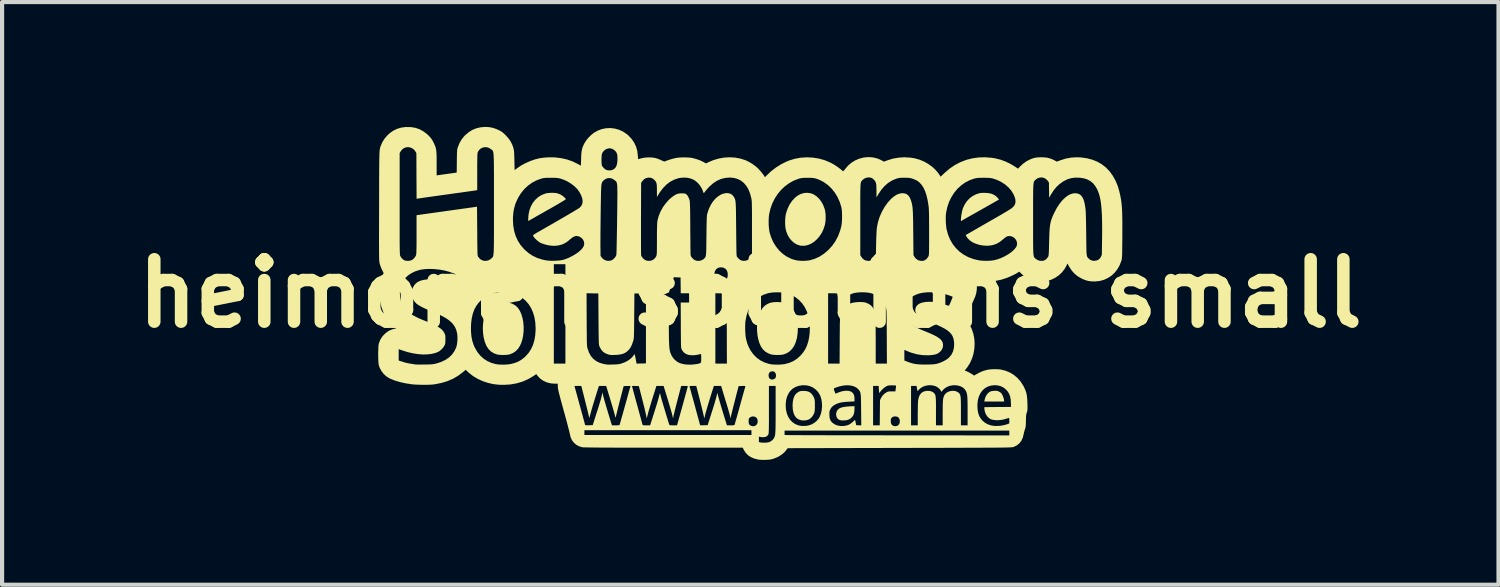
<source format=kicad_pcb>
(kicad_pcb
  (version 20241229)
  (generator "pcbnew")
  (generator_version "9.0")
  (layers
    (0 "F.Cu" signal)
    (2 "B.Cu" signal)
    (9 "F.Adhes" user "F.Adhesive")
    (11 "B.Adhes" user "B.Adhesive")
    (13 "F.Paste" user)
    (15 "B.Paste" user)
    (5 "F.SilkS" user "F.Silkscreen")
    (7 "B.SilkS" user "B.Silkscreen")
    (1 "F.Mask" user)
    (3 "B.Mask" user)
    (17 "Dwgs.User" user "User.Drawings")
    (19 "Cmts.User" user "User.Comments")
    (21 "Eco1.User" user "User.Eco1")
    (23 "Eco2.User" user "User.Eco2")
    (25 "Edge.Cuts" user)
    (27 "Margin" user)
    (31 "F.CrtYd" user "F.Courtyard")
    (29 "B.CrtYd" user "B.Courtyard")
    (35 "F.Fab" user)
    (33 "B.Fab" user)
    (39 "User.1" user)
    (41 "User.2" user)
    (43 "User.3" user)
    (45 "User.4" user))
  (footprint "heimonen solutions small"
    (layer "F.Cu")
    (at 14.979 4.001)
    (property "Reference" "heimonen solutions small" (at 0 0 0) (layer "F.SilkS") (effects (font (size 1.5 1.5) (thickness 0.3))))
    (attr board_only exclude_from_pos_files exclude_from_bom)
    (fp_poly (pts (xy 5.925 2.34) (xy 5.947 2.346) (xy 5.972 2.357) (xy 5.981 2.362) (xy 6.009 2.378) (xy 6.029 2.396) (xy 6.045 2.419) (xy 6.059 2.446) (xy 6.075 2.483) (xy 6.088 2.522) (xy 6.094 2.55) (xy 6.1 2.597) (xy 5.861 2.597) (xy 5.622 2.597) (xy 5.628 2.564) (xy 5.647 2.495) (xy 5.678 2.436) (xy 5.718 2.389) (xy 5.76 2.359) (xy 5.787 2.35) (xy 5.826 2.343) (xy 5.861 2.34) (xy 5.898 2.339)) (stroke (width 0) (type solid)) (fill yes) (layer "F.SilkS"))
    (fp_poly (pts (xy 2.503 2.776) (xy 2.498 2.85) (xy 2.482 2.912) (xy 2.453 2.961) (xy 2.412 3.001) (xy 2.375 3.024) (xy 2.345 3.037) (xy 2.315 3.045) (xy 2.278 3.049) (xy 2.253 3.05) (xy 2.214 3.05) (xy 2.18 3.049) (xy 2.155 3.045) (xy 2.151 3.044) (xy 2.112 3.023) (xy 2.083 2.989) (xy 2.066 2.947) (xy 2.061 2.898) (xy 2.066 2.869) (xy 2.079 2.828) (xy 2.1 2.795) (xy 2.13 2.769) (xy 2.171 2.748) (xy 2.224 2.732) (xy 2.291 2.721) (xy 2.373 2.714) (xy 2.425 2.711) (xy 2.503 2.708)) (stroke (width 0) (type solid)) (fill yes) (layer "F.SilkS"))
    (fp_poly (pts (xy 1.342 2.346) (xy 1.393 2.358) (xy 1.435 2.379) (xy 1.472 2.412) (xy 1.473 2.413) (xy 1.497 2.444) (xy 1.519 2.481) (xy 1.53 2.504) (xy 1.538 2.526) (xy 1.544 2.547) (xy 1.547 2.571) (xy 1.55 2.602) (xy 1.551 2.643) (xy 1.551 2.696) (xy 1.551 2.75) (xy 1.549 2.791) (xy 1.547 2.821) (xy 1.543 2.845) (xy 1.538 2.866) (xy 1.53 2.887) (xy 1.5 2.942) (xy 1.461 2.989) (xy 1.414 3.023) (xy 1.377 3.039) (xy 1.322 3.05) (xy 1.263 3.052) (xy 1.211 3.045) (xy 1.152 3.022) (xy 1.103 2.986) (xy 1.065 2.935) (xy 1.038 2.871) (xy 1.021 2.793) (xy 1.016 2.7) (xy 1.015 2.696) (xy 1.021 2.602) (xy 1.037 2.523) (xy 1.063 2.458) (xy 1.101 2.407) (xy 1.149 2.37) (xy 1.158 2.365) (xy 1.184 2.353) (xy 1.209 2.346) (xy 1.24 2.343) (xy 1.278 2.342)) (stroke (width 0) (type solid)) (fill yes) (layer "F.SilkS"))
    (fp_poly (pts (xy 1.447 -2.408) (xy 1.517 -2.383) (xy 1.586 -2.339) (xy 1.649 -2.28) (xy 1.705 -2.208) (xy 1.751 -2.125) (xy 1.786 -2.032) (xy 1.79 -2.02) (xy 1.802 -1.959) (xy 1.809 -1.886) (xy 1.81 -1.809) (xy 1.806 -1.732) (xy 1.795 -1.662) (xy 1.789 -1.637) (xy 1.756 -1.539) (xy 1.713 -1.45) (xy 1.66 -1.37) (xy 1.599 -1.3) (xy 1.532 -1.241) (xy 1.46 -1.195) (xy 1.384 -1.163) (xy 1.307 -1.146) (xy 1.228 -1.146) (xy 1.203 -1.149) (xy 1.13 -1.171) (xy 1.062 -1.208) (xy 1 -1.26) (xy 0.945 -1.325) (xy 0.899 -1.401) (xy 0.865 -1.486) (xy 0.857 -1.513) (xy 0.845 -1.57) (xy 0.838 -1.638) (xy 0.836 -1.713) (xy 0.838 -1.788) (xy 0.845 -1.858) (xy 0.856 -1.917) (xy 0.857 -1.921) (xy 0.895 -2.035) (xy 0.944 -2.137) (xy 1.004 -2.225) (xy 1.073 -2.3) (xy 1.146 -2.356) (xy 1.217 -2.392) (xy 1.293 -2.413) (xy 1.371 -2.418)) (stroke (width 0) (type solid)) (fill yes) (layer "F.SilkS"))
    (fp_poly (pts (xy 5.649 -2.416) (xy 5.655 -2.416) (xy 5.729 -2.41) (xy 5.79 -2.397) (xy 5.842 -2.376) (xy 5.89 -2.347) (xy 5.911 -2.33) (xy 5.933 -2.308) (xy 5.953 -2.286) (xy 5.967 -2.267) (xy 5.972 -2.256) (xy 5.971 -2.254) (xy 5.963 -2.249) (xy 5.941 -2.236) (xy 5.906 -2.217) (xy 5.859 -2.19) (xy 5.803 -2.158) (xy 5.739 -2.122) (xy 5.668 -2.082) (xy 5.591 -2.038) (xy 5.552 -2.016) (xy 5.472 -1.971) (xy 5.395 -1.927) (xy 5.324 -1.887) (xy 5.259 -1.851) (xy 5.203 -1.819) (xy 5.158 -1.793) (xy 5.123 -1.774) (xy 5.103 -1.762) (xy 5.098 -1.759) (xy 5.06 -1.737) (xy 5.06 -1.776) (xy 5.063 -1.822) (xy 5.07 -1.879) (xy 5.081 -1.939) (xy 5.093 -1.995) (xy 5.106 -2.041) (xy 5.108 -2.046) (xy 5.149 -2.135) (xy 5.203 -2.216) (xy 5.268 -2.285) (xy 5.343 -2.341) (xy 5.425 -2.383) (xy 5.495 -2.406) (xy 5.539 -2.414) (xy 5.589 -2.417)) (stroke (width 0) (type solid)) (fill yes) (layer "F.SilkS"))
    (fp_poly (pts (xy -5.871 0.206) (xy -5.788 0.222) (xy -5.711 0.251) (xy -5.644 0.29) (xy -5.59 0.341) (xy -5.585 0.346) (xy -5.539 0.415) (xy -5.503 0.495) (xy -5.475 0.587) (xy -5.456 0.685) (xy -5.447 0.788) (xy -5.447 0.893) (xy -5.456 0.996) (xy -5.475 1.096) (xy -5.504 1.189) (xy -5.531 1.249) (xy -5.577 1.324) (xy -5.635 1.385) (xy -5.702 1.431) (xy -5.778 1.462) (xy -5.81 1.47) (xy -5.851 1.475) (xy -5.902 1.478) (xy -5.958 1.479) (xy -6.012 1.476) (xy -6.059 1.471) (xy -6.086 1.466) (xy -6.164 1.437) (xy -6.231 1.396) (xy -6.286 1.342) (xy -6.333 1.273) (xy -6.347 1.245) (xy -6.382 1.157) (xy -6.407 1.058) (xy -6.422 0.953) (xy -6.427 0.844) (xy -6.423 0.735) (xy -6.409 0.629) (xy -6.385 0.531) (xy -6.352 0.444) (xy -6.342 0.423) (xy -6.296 0.352) (xy -6.239 0.296) (xy -6.172 0.253) (xy -6.092 0.223) (xy -6.049 0.213) (xy -5.959 0.203)) (stroke (width 0) (type solid)) (fill yes) (layer "F.SilkS"))
    (fp_poly (pts (xy -4.703 -2.416) (xy -4.658 -2.411) (xy -4.65 -2.409) (xy -4.619 -2.4) (xy -4.583 -2.386) (xy -4.561 -2.376) (xy -4.531 -2.359) (xy -4.499 -2.336) (xy -4.471 -2.312) (xy -4.448 -2.288) (xy -4.436 -2.269) (xy -4.434 -2.263) (xy -4.442 -2.256) (xy -4.464 -2.242) (xy -4.499 -2.22) (xy -4.547 -2.191) (xy -4.605 -2.157) (xy -4.673 -2.117) (xy -4.749 -2.073) (xy -4.832 -2.026) (xy -4.866 -2.007) (xy -4.947 -1.961) (xy -5.024 -1.917) (xy -5.095 -1.877) (xy -5.159 -1.841) (xy -5.214 -1.809) (xy -5.259 -1.784) (xy -5.292 -1.765) (xy -5.312 -1.753) (xy -5.317 -1.75) (xy -5.329 -1.743) (xy -5.335 -1.745) (xy -5.337 -1.757) (xy -5.337 -1.783) (xy -5.337 -1.789) (xy -5.329 -1.898) (xy -5.307 -2) (xy -5.272 -2.094) (xy -5.224 -2.179) (xy -5.164 -2.254) (xy -5.094 -2.316) (xy -5.014 -2.366) (xy -4.926 -2.4) (xy -4.911 -2.404) (xy -4.868 -2.412) (xy -4.815 -2.417) (xy -4.758 -2.418)) (stroke (width 0) (type solid)) (fill yes) (layer "F.SilkS"))
    (fp_poly (pts (xy 0.722 0.209) (xy 0.783 0.217) (xy 0.836 0.231) (xy 0.885 0.252) (xy 0.923 0.274) (xy 0.979 0.32) (xy 1.028 0.381) (xy 1.068 0.454) (xy 1.101 0.538) (xy 1.124 0.632) (xy 1.138 0.733) (xy 1.143 0.839) (xy 1.137 0.949) (xy 1.121 1.061) (xy 1.118 1.076) (xy 1.091 1.174) (xy 1.053 1.26) (xy 1.004 1.332) (xy 0.945 1.391) (xy 0.877 1.436) (xy 0.8 1.465) (xy 0.78 1.47) (xy 0.739 1.475) (xy 0.687 1.478) (xy 0.632 1.479) (xy 0.577 1.476) (xy 0.53 1.471) (xy 0.503 1.466) (xy 0.425 1.437) (xy 0.358 1.396) (xy 0.301 1.341) (xy 0.254 1.273) (xy 0.217 1.19) (xy 0.189 1.092) (xy 0.174 1.015) (xy 0.162 0.904) (xy 0.161 0.796) (xy 0.169 0.692) (xy 0.186 0.594) (xy 0.213 0.505) (xy 0.247 0.425) (xy 0.289 0.357) (xy 0.338 0.303) (xy 0.37 0.279) (xy 0.419 0.249) (xy 0.467 0.229) (xy 0.519 0.216) (xy 0.58 0.209) (xy 0.648 0.207)) (stroke (width 0) (type solid)) (fill yes) (layer "F.SilkS"))
    (fp_poly (pts (xy -6.273 -3.996) (xy -6.191 -3.98) (xy -6.109 -3.953) (xy -6.044 -3.924) (xy -6.005 -3.904) (xy -5.973 -3.884) (xy -5.944 -3.862) (xy -5.912 -3.834) (xy -5.874 -3.796) (xy -5.81 -3.725) (xy -5.761 -3.655) (xy -5.723 -3.58) (xy -5.694 -3.5) (xy -5.688 -3.477) (xy -5.683 -3.454) (xy -5.679 -3.428) (xy -5.676 -3.396) (xy -5.674 -3.356) (xy -5.672 -3.305) (xy -5.67 -3.24) (xy -5.669 -3.198) (xy -5.664 -2.964) (xy -5.592 -3.017) (xy -5.501 -3.078) (xy -5.397 -3.133) (xy -5.286 -3.182) (xy -5.174 -3.221) (xy -5.081 -3.245) (xy -5.003 -3.258) (xy -4.915 -3.267) (xy -4.823 -3.271) (xy -4.734 -3.271) (xy -4.685 -3.268) (xy -4.54 -3.25) (xy -4.405 -3.219) (xy -4.279 -3.176) (xy -4.159 -3.118) (xy -4.14 -3.108) (xy -4.11 -3.091) (xy -4.087 -3.078) (xy -4.074 -3.072) (xy -4.073 -3.071) (xy -4.072 -3.08) (xy -4.07 -3.103) (xy -4.069 -3.139) (xy -4.067 -3.185) (xy -4.066 -3.216) (xy -3.576 -3.216) (xy -3.576 -3.17) (xy -3.574 -3.129) (xy -3.571 -3.097) (xy -3.568 -3.078) (xy -3.568 -3.077) (xy -3.551 -3.048) (xy -3.524 -3.016) (xy -3.492 -2.987) (xy -3.47 -2.973) (xy -3.427 -2.959) (xy -3.378 -2.956) (xy -3.328 -2.963) (xy -3.303 -2.973) (xy -3.263 -2.999) (xy -3.232 -3.034) (xy -3.211 -3.081) (xy -3.198 -3.14) (xy -3.192 -3.213) (xy -3.192 -3.241) (xy -3.194 -3.299) (xy -3.2 -3.344) (xy -3.213 -3.379) (xy -3.233 -3.41) (xy -3.261 -3.439) (xy -3.261 -3.439) (xy -3.309 -3.471) (xy -3.36 -3.487) (xy -3.413 -3.485) (xy -3.465 -3.467) (xy -3.503 -3.442) (xy -3.53 -3.415) (xy -3.55 -3.388) (xy -3.564 -3.357) (xy -3.572 -3.317) (xy -3.575 -3.267) (xy -3.576 -3.216) (xy -4.066 -3.216) (xy -4.066 -3.237) (xy -4.066 -3.239) (xy -4.063 -3.317) (xy -4.058 -3.382) (xy -4.05 -3.436) (xy -4.039 -3.484) (xy -4.023 -3.53) (xy -4.002 -3.577) (xy -3.985 -3.611) (xy -3.946 -3.673) (xy -3.895 -3.736) (xy -3.837 -3.796) (xy -3.777 -3.846) (xy -3.754 -3.863) (xy -3.661 -3.915) (xy -3.562 -3.951) (xy -3.46 -3.97) (xy -3.357 -3.974) (xy -3.254 -3.961) (xy -3.155 -3.933) (xy -3.06 -3.89) (xy -2.971 -3.831) (xy -2.927 -3.793) (xy -2.85 -3.71) (xy -2.79 -3.622) (xy -2.745 -3.527) (xy -2.716 -3.424) (xy -2.703 -3.314) (xy -2.7 -3.273) (xy -2.697 -3.246) (xy -2.693 -3.232) (xy -2.688 -3.227) (xy -2.683 -3.228) (xy -2.617 -3.248) (xy -2.541 -3.262) (xy -2.461 -3.269) (xy -2.441 -3.269) (xy -2.354 -3.266) (xy -2.277 -3.253) (xy -2.203 -3.229) (xy -2.143 -3.202) (xy -2.106 -3.185) (xy -2.081 -3.175) (xy -2.065 -3.171) (xy -2.052 -3.172) (xy -2.045 -3.176) (xy -2.021 -3.187) (xy -1.983 -3.2) (xy -1.937 -3.215) (xy -1.888 -3.23) (xy -1.84 -3.243) (xy -1.796 -3.253) (xy -1.784 -3.256) (xy -1.723 -3.264) (xy -1.653 -3.268) (xy -1.578 -3.269) (xy -1.505 -3.267) (xy -1.438 -3.262) (xy -1.395 -3.255) (xy -1.303 -3.231) (xy -1.214 -3.2) (xy -1.134 -3.163) (xy -1.122 -3.156) (xy -1.064 -3.124) (xy -1.022 -3.146) (xy -0.895 -3.201) (xy -0.764 -3.24) (xy -0.631 -3.264) (xy -0.497 -3.272) (xy -0.365 -3.264) (xy -0.236 -3.24) (xy -0.113 -3.2) (xy -0.103 -3.196) (xy -0.036 -3.163) (xy 0.036 -3.121) (xy 0.106 -3.072) (xy 0.154 -3.033) (xy 0.187 -3.002) (xy 0.225 -2.961) (xy 0.263 -2.917) (xy 0.299 -2.873) (xy 0.326 -2.834) (xy 0.334 -2.822) (xy 0.351 -2.793) (xy 0.397 -2.84) (xy 0.501 -2.938) (xy 0.618 -3.027) (xy 0.742 -3.105) (xy 0.871 -3.169) (xy 0.937 -3.196) (xy 1.074 -3.237) (xy 1.215 -3.262) (xy 1.358 -3.271) (xy 1.501 -3.264) (xy 1.642 -3.242) (xy 1.778 -3.205) (xy 1.908 -3.152) (xy 1.991 -3.108) (xy 2.026 -3.087) (xy 2.066 -3.06) (xy 2.107 -3.032) (xy 2.145 -3.004) (xy 2.177 -2.979) (xy 2.2 -2.959) (xy 2.207 -2.952) (xy 2.219 -2.941) (xy 2.232 -2.94) (xy 2.247 -2.95) (xy 2.267 -2.974) (xy 2.28 -2.991) (xy 2.349 -3.072) (xy 2.43 -3.141) (xy 2.52 -3.197) (xy 2.617 -3.238) (xy 2.719 -3.265) (xy 2.823 -3.276) (xy 2.928 -3.271) (xy 2.973 -3.263) (xy 3.022 -3.251) (xy 3.065 -3.238) (xy 3.108 -3.22) (xy 3.159 -3.195) (xy 3.159 -3.195) (xy 3.211 -3.167) (xy 3.284 -3.195) (xy 3.42 -3.238) (xy 3.561 -3.263) (xy 3.704 -3.272) (xy 3.849 -3.263) (xy 3.954 -3.246) (xy 4.067 -3.214) (xy 4.177 -3.168) (xy 4.28 -3.109) (xy 4.375 -3.04) (xy 4.459 -2.961) (xy 4.529 -2.874) (xy 4.542 -2.855) (xy 4.573 -2.806) (xy 4.67 -2.898) (xy 4.789 -3) (xy 4.916 -3.086) (xy 5.05 -3.156) (xy 5.191 -3.21) (xy 5.338 -3.247) (xy 5.49 -3.268) (xy 5.646 -3.272) (xy 5.805 -3.259) (xy 5.89 -3.245) (xy 6.005 -3.216) (xy 6.123 -3.174) (xy 6.239 -3.119) (xy 6.348 -3.055) (xy 6.358 -3.048) (xy 6.433 -2.998) (xy 6.473 -3.042) (xy 6.55 -3.114) (xy 6.633 -3.174) (xy 6.692 -3.206) (xy 6.753 -3.233) (xy 6.807 -3.252) (xy 6.861 -3.264) (xy 6.92 -3.27) (xy 6.991 -3.272) (xy 6.996 -3.272) (xy 7.075 -3.269) (xy 7.143 -3.26) (xy 7.205 -3.243) (xy 7.268 -3.218) (xy 7.306 -3.199) (xy 7.365 -3.168) (xy 7.449 -3.199) (xy 7.582 -3.241) (xy 7.716 -3.265) (xy 7.852 -3.272) (xy 7.947 -3.268) (xy 8.087 -3.248) (xy 8.218 -3.214) (xy 8.337 -3.166) (xy 8.446 -3.103) (xy 8.545 -3.026) (xy 8.633 -2.934) (xy 8.71 -2.828) (xy 8.776 -2.708) (xy 8.819 -2.607) (xy 8.843 -2.537) (xy 8.866 -2.454) (xy 8.887 -2.365) (xy 8.904 -2.275) (xy 8.909 -2.244) (xy 8.916 -2.193) (xy 8.922 -2.141) (xy 8.927 -2.087) (xy 8.931 -2.029) (xy 8.934 -1.965) (xy 8.936 -1.893) (xy 8.938 -1.811) (xy 8.939 -1.719) (xy 8.939 -1.613) (xy 8.939 -1.493) (xy 8.939 -1.368) (xy 8.938 -1.258) (xy 8.937 -1.165) (xy 8.936 -1.087) (xy 8.936 -1.022) (xy 8.935 -0.969) (xy 8.934 -0.926) (xy 8.932 -0.892) (xy 8.93 -0.864) (xy 8.928 -0.843) (xy 8.926 -0.825) (xy 8.923 -0.81) (xy 8.919 -0.796) (xy 8.915 -0.783) (xy 8.874 -0.677) (xy 8.82 -0.582) (xy 8.754 -0.498) (xy 8.678 -0.427) (xy 8.591 -0.37) (xy 8.496 -0.327) (xy 8.394 -0.299) (xy 8.286 -0.288) (xy 8.266 -0.288) (xy 8.183 -0.291) (xy 8.111 -0.302) (xy 8.042 -0.323) (xy 7.969 -0.354) (xy 7.962 -0.357) (xy 7.869 -0.411) (xy 7.789 -0.476) (xy 7.72 -0.554) (xy 7.66 -0.646) (xy 7.655 -0.656) (xy 7.62 -0.72) (xy 7.6 -0.675) (xy 7.55 -0.585) (xy 7.486 -0.504) (xy 7.409 -0.433) (xy 7.322 -0.374) (xy 7.227 -0.328) (xy 7.165 -0.307) (xy 7.103 -0.295) (xy 7.03 -0.288) (xy 6.954 -0.287) (xy 6.882 -0.293) (xy 6.828 -0.302) (xy 6.732 -0.334) (xy 6.639 -0.381) (xy 6.554 -0.439) (xy 6.507 -0.48) (xy 6.462 -0.524) (xy 6.429 -0.502) (xy 6.405 -0.488) (xy 6.372 -0.469) (xy 6.334 -0.449) (xy 6.32 -0.442) (xy 6.172 -0.376) (xy 6.022 -0.328) (xy 5.87 -0.298) (xy 5.715 -0.285) (xy 5.556 -0.289) (xy 5.481 -0.296) (xy 5.44 -0.301) (xy 5.443 -0.19) (xy 5.443 -0.118) (xy 5.437 -0.054) (xy 5.425 0.008) (xy 5.405 0.071) (xy 5.375 0.142) (xy 5.361 0.174) (xy 5.338 0.224) (xy 5.311 0.282) (xy 5.285 0.343) (xy 5.261 0.398) (xy 5.261 0.398) (xy 5.24 0.445) (xy 5.22 0.489) (xy 5.201 0.527) (xy 5.187 0.554) (xy 5.184 0.559) (xy 5.16 0.599) (xy 5.181 0.626) (xy 5.217 0.673) (xy 5.253 0.728) (xy 5.286 0.784) (xy 5.312 0.835) (xy 5.319 0.85) (xy 5.358 0.965) (xy 5.382 1.085) (xy 5.39 1.208) (xy 5.383 1.33) (xy 5.362 1.45) (xy 5.326 1.566) (xy 5.277 1.675) (xy 5.213 1.775) (xy 5.19 1.805) (xy 5.152 1.852) (xy 5.205 1.873) (xy 5.24 1.889) (xy 5.281 1.911) (xy 5.318 1.934) (xy 5.378 1.973) (xy 5.405 1.957) (xy 5.478 1.916) (xy 5.543 1.884) (xy 5.604 1.86) (xy 5.666 1.842) (xy 5.712 1.832) (xy 5.763 1.825) (xy 5.824 1.821) (xy 5.89 1.82) (xy 5.954 1.822) (xy 6.008 1.827) (xy 6.022 1.829) (xy 6.136 1.858) (xy 6.241 1.902) (xy 6.337 1.961) (xy 6.423 2.035) (xy 6.498 2.122) (xy 6.562 2.222) (xy 6.58 2.258) (xy 6.605 2.313) (xy 6.624 2.364) (xy 6.638 2.415) (xy 6.647 2.47) (xy 6.654 2.533) (xy 6.657 2.608) (xy 6.658 2.642) (xy 6.66 2.701) (xy 6.66 2.746) (xy 6.659 2.78) (xy 6.657 2.806) (xy 6.654 2.826) (xy 6.649 2.846) (xy 6.643 2.861) (xy 6.636 2.885) (xy 6.63 2.909) (xy 6.627 2.939) (xy 6.624 2.977) (xy 6.623 3.027) (xy 6.622 3.062) (xy 6.621 3.12) (xy 6.619 3.163) (xy 6.616 3.195) (xy 6.612 3.221) (xy 6.606 3.244) (xy 6.599 3.263) (xy 6.587 3.301) (xy 6.575 3.346) (xy 6.567 3.385) (xy 6.545 3.471) (xy 6.51 3.544) (xy 6.462 3.604) (xy 6.402 3.652) (xy 6.329 3.687) (xy 6.323 3.689) (xy 6.318 3.69) (xy 6.312 3.692) (xy 6.305 3.693) (xy 6.296 3.695) (xy 6.285 3.696) (xy 6.271 3.697) (xy 6.253 3.698) (xy 6.231 3.699) (xy 6.204 3.7) (xy 6.172 3.701) (xy 6.133 3.702) (xy 6.088 3.703) (xy 6.035 3.704) (xy 5.975 3.704) (xy 5.906 3.705) (xy 5.829 3.705) (xy 5.741 3.706) (xy 5.643 3.706) (xy 5.534 3.707) (xy 5.414 3.707) (xy 5.281 3.708) (xy 5.136 3.708) (xy 4.978 3.709) (xy 4.805 3.709) (xy 4.618 3.71) (xy 4.416 3.71) (xy 4.198 3.711) (xy 3.964 3.711) (xy 3.712 3.712) (xy 3.585 3.712) (xy 0.897 3.718) (xy 0.878 3.746) (xy 0.819 3.817) (xy 0.746 3.878) (xy 0.662 3.929) (xy 0.57 3.967) (xy 0.499 3.987) (xy 0.45 3.994) (xy 0.39 3.998) (xy 0.325 4) (xy 0.263 3.998) (xy 0.208 3.994) (xy 0.194 3.992) (xy 0.098 3.969) (xy 0.017 3.935) (xy -0.052 3.89) (xy -0.109 3.833) (xy -0.154 3.763) (xy -0.154 3.762) (xy -0.183 3.706) (xy -2.084 3.706) (xy -2.326 3.706) (xy -2.552 3.706) (xy -2.759 3.706) (xy -2.95 3.705) (xy -3.125 3.705) (xy -3.283 3.705) (xy -3.425 3.704) (xy -3.551 3.704) (xy -3.663 3.703) (xy -3.759 3.702) (xy -3.84 3.701) (xy -3.907 3.7) (xy -3.96 3.699) (xy -3.999 3.698) (xy -4.025 3.697) (xy -4.037 3.696) (xy -4.114 3.673) (xy -4.183 3.636) (xy -4.241 3.585) (xy -4.287 3.524) (xy -4.319 3.453) (xy -4.322 3.44) (xy 0.206 3.44) (xy 0.206 3.505) (xy 0.206 3.571) (xy 0.244 3.58) (xy 0.271 3.584) (xy 0.309 3.586) (xy 0.35 3.586) (xy 0.358 3.586) (xy 0.402 3.583) (xy 0.436 3.577) (xy 0.465 3.567) (xy 0.48 3.56) (xy 0.528 3.527) (xy 0.554 3.497) (xy 0.564 3.481) (xy 0.573 3.466) (xy 0.581 3.451) (xy 0.587 3.433) (xy 0.593 3.412) (xy 0.597 3.385) (xy 0.6 3.353) (xy 0.601 3.348) (xy 0.823 3.348) (xy 0.823 3.401) (xy 0.945 3.404) (xy 0.965 3.404) (xy 1.001 3.405) (xy 1.054 3.405) (xy 1.122 3.405) (xy 1.205 3.405) (xy 1.302 3.406) (xy 1.413 3.406) (xy 1.536 3.406) (xy 1.671 3.406) (xy 1.818 3.407) (xy 1.974 3.407) (xy 2.141 3.407) (xy 2.316 3.407) (xy 2.499 3.408) (xy 2.69 3.408) (xy 2.887 3.408) (xy 3.09 3.408) (xy 3.299 3.409) (xy 3.511 3.409) (xy 3.645 3.409) (xy 6.223 3.411) (xy 6.223 3.353) (xy 6.223 3.295) (xy 3.523 3.295) (xy 0.823 3.295) (xy 0.823 3.348) (xy 0.601 3.348) (xy 0.603 3.313) (xy 0.605 3.263) (xy 0.606 3.204) (xy 0.607 3.132) (xy 0.608 3.047) (xy 0.608 2.948) (xy 0.608 2.833) (xy 0.608 2.788) (xy 0.608 2.691) (xy 0.85 2.691) (xy 0.857 2.792) (xy 0.877 2.884) (xy 0.911 2.965) (xy 0.955 3.035) (xy 1.011 3.092) (xy 1.076 3.137) (xy 1.15 3.168) (xy 1.231 3.184) (xy 1.319 3.184) (xy 1.388 3.174) (xy 1.465 3.15) (xy 1.536 3.111) (xy 1.597 3.06) (xy 1.647 3) (xy 1.666 2.967) (xy 1.69 2.906) (xy 1.9 2.906) (xy 1.903 2.969) (xy 1.913 3.019) (xy 1.932 3.06) (xy 1.961 3.096) (xy 1.971 3.106) (xy 2.028 3.146) (xy 2.095 3.173) (xy 2.17 3.186) (xy 2.252 3.184) (xy 2.289 3.178) (xy 2.349 3.162) (xy 2.402 3.134) (xy 2.455 3.093) (xy 2.465 3.084) (xy 2.489 3.062) (xy 2.507 3.045) (xy 2.517 3.038) (xy 2.517 3.038) (xy 2.519 3.047) (xy 2.524 3.069) (xy 2.531 3.099) (xy 2.531 3.102) (xy 2.544 3.165) (xy 2.605 3.168) (xy 2.666 3.17) (xy 2.662 2.797) (xy 2.661 2.699) (xy 2.66 2.617) (xy 2.659 2.55) (xy 2.657 2.495) (xy 2.654 2.451) (xy 2.65 2.416) (xy 2.645 2.388) (xy 2.638 2.366) (xy 2.629 2.347) (xy 2.618 2.331) (xy 2.605 2.314) (xy 2.592 2.299) (xy 2.546 2.26) (xy 2.488 2.232) (xy 2.45 2.222) (xy 2.95 2.222) (xy 2.95 2.696) (xy 2.95 3.169) (xy 3.03 3.169) (xy 3.11 3.169) (xy 3.111 3.065) (xy 3.375 3.065) (xy 3.377 3.102) (xy 3.382 3.128) (xy 3.393 3.148) (xy 3.394 3.149) (xy 3.424 3.176) (xy 3.462 3.189) (xy 3.504 3.189) (xy 3.545 3.174) (xy 3.548 3.172) (xy 3.573 3.147) (xy 3.588 3.111) (xy 3.593 3.069) (xy 3.586 3.026) (xy 3.582 3.014) (xy 3.562 2.982) (xy 3.534 2.963) (xy 3.494 2.955) (xy 3.48 2.955) (xy 3.449 2.957) (xy 3.426 2.964) (xy 3.405 2.98) (xy 3.404 2.981) (xy 3.389 2.996) (xy 3.38 3.011) (xy 3.376 3.031) (xy 3.375 3.063) (xy 3.375 3.065) (xy 3.111 3.065) (xy 3.113 2.868) (xy 3.116 2.566) (xy 3.139 2.515) (xy 3.177 2.455) (xy 3.227 2.405) (xy 3.277 2.373) (xy 3.302 2.362) (xy 3.326 2.356) (xy 3.354 2.353) (xy 3.394 2.353) (xy 3.403 2.353) (xy 3.485 2.354) (xy 3.495 2.287) (xy 3.499 2.254) (xy 3.501 2.228) (xy 3.501 2.222) (xy 3.862 2.222) (xy 3.862 2.696) (xy 3.862 3.169) (xy 3.943 3.169) (xy 4.023 3.169) (xy 4.023 2.894) (xy 4.024 2.823) (xy 4.025 2.754) (xy 4.026 2.692) (xy 4.028 2.638) (xy 4.03 2.595) (xy 4.032 2.567) (xy 4.033 2.562) (xy 4.05 2.49) (xy 4.076 2.433) (xy 4.111 2.39) (xy 4.157 2.361) (xy 4.215 2.344) (xy 4.24 2.341) (xy 4.306 2.342) (xy 4.36 2.356) (xy 4.403 2.383) (xy 4.417 2.396) (xy 4.428 2.41) (xy 4.438 2.425) (xy 4.445 2.444) (xy 4.451 2.469) (xy 4.455 2.502) (xy 4.458 2.543) (xy 4.46 2.595) (xy 4.461 2.66) (xy 4.461 2.74) (xy 4.461 2.831) (xy 4.461 3.169) (xy 4.542 3.169) (xy 4.622 3.169) (xy 4.622 2.872) (xy 4.623 2.781) (xy 4.623 2.705) (xy 4.625 2.643) (xy 4.627 2.593) (xy 4.631 2.553) (xy 4.636 2.52) (xy 4.643 2.494) (xy 4.651 2.47) (xy 4.662 2.448) (xy 4.669 2.435) (xy 4.702 2.396) (xy 4.746 2.367) (xy 4.797 2.348) (xy 4.853 2.339) (xy 4.908 2.342) (xy 4.959 2.357) (xy 5.002 2.383) (xy 5.016 2.396) (xy 5.027 2.41) (xy 5.037 2.425) (xy 5.044 2.444) (xy 5.05 2.469) (xy 5.054 2.502) (xy 5.057 2.543) (xy 5.059 2.595) (xy 5.06 2.66) (xy 5.06 2.74) (xy 5.06 2.831) (xy 5.06 3.169) (xy 5.141 3.169) (xy 5.221 3.169) (xy 5.221 2.832) (xy 5.221 2.733) (xy 5.22 2.656) (xy 5.457 2.656) (xy 5.457 2.736) (xy 5.465 2.819) (xy 5.48 2.89) (xy 5.503 2.95) (xy 5.536 3.005) (xy 5.576 3.054) (xy 5.638 3.107) (xy 5.711 3.147) (xy 5.793 3.173) (xy 5.885 3.185) (xy 5.984 3.182) (xy 6.047 3.174) (xy 6.09 3.165) (xy 6.133 3.154) (xy 6.168 3.144) (xy 6.173 3.142) (xy 6.223 3.123) (xy 6.223 3.057) (xy 6.222 3.025) (xy 6.219 3.002) (xy 6.216 2.991) (xy 6.215 2.991) (xy 6.204 2.993) (xy 6.18 3.001) (xy 6.149 3.011) (xy 6.141 3.013) (xy 6.07 3.033) (xy 5.994 3.043) (xy 5.919 3.046) (xy 5.849 3.04) (xy 5.789 3.026) (xy 5.778 3.022) (xy 5.735 2.996) (xy 5.695 2.957) (xy 5.663 2.909) (xy 5.642 2.859) (xy 5.632 2.823) (xy 5.626 2.788) (xy 5.624 2.766) (xy 5.624 2.732) (xy 5.943 2.729) (xy 6.263 2.727) (xy 6.262 2.632) (xy 6.256 2.546) (xy 6.242 2.473) (xy 6.218 2.41) (xy 6.183 2.354) (xy 6.15 2.316) (xy 6.092 2.266) (xy 6.023 2.231) (xy 5.948 2.21) (xy 5.867 2.204) (xy 5.783 2.214) (xy 5.704 2.239) (xy 5.636 2.278) (xy 5.577 2.331) (xy 5.529 2.397) (xy 5.493 2.473) (xy 5.468 2.56) (xy 5.457 2.656) (xy 5.22 2.656) (xy 5.22 2.651) (xy 5.219 2.582) (xy 5.217 2.526) (xy 5.214 2.48) (xy 5.209 2.442) (xy 5.204 2.411) (xy 5.197 2.385) (xy 5.188 2.362) (xy 5.178 2.34) (xy 5.142 2.29) (xy 5.094 2.252) (xy 5.032 2.224) (xy 4.959 2.208) (xy 4.942 2.207) (xy 4.861 2.207) (xy 4.784 2.222) (xy 4.714 2.252) (xy 4.655 2.294) (xy 4.633 2.317) (xy 4.589 2.366) (xy 4.578 2.338) (xy 4.559 2.309) (xy 4.528 2.278) (xy 4.492 2.25) (xy 4.454 2.23) (xy 4.445 2.226) (xy 4.37 2.208) (xy 4.293 2.205) (xy 4.218 2.216) (xy 4.149 2.24) (xy 4.088 2.277) (xy 4.058 2.305) (xy 4.016 2.348) (xy 4.005 2.285) (xy 3.995 2.222) (xy 3.929 2.222) (xy 3.862 2.222) (xy 3.501 2.222) (xy 3.5 2.215) (xy 3.5 2.214) (xy 3.489 2.211) (xy 3.464 2.21) (xy 3.43 2.209) (xy 3.403 2.208) (xy 3.36 2.209) (xy 3.329 2.211) (xy 3.306 2.215) (xy 3.285 2.223) (xy 3.268 2.232) (xy 3.212 2.269) (xy 3.157 2.32) (xy 3.123 2.36) (xy 3.096 2.395) (xy 3.089 2.308) (xy 3.083 2.222) (xy 3.017 2.222) (xy 2.95 2.222) (xy 2.45 2.222) (xy 2.419 2.214) (xy 2.342 2.206) (xy 2.258 2.21) (xy 2.17 2.226) (xy 2.103 2.245) (xy 2.059 2.26) (xy 2.029 2.271) (xy 2.013 2.282) (xy 2.006 2.294) (xy 2.008 2.309) (xy 2.016 2.33) (xy 2.027 2.358) (xy 2.036 2.382) (xy 2.039 2.389) (xy 2.046 2.408) (xy 2.103 2.385) (xy 2.169 2.361) (xy 2.226 2.346) (xy 2.28 2.339) (xy 2.308 2.338) (xy 2.363 2.341) (xy 2.406 2.352) (xy 2.441 2.372) (xy 2.455 2.384) (xy 2.48 2.416) (xy 2.496 2.458) (xy 2.503 2.511) (xy 2.503 2.537) (xy 2.503 2.594) (xy 2.371 2.601) (xy 2.287 2.606) (xy 2.217 2.614) (xy 2.158 2.625) (xy 2.106 2.64) (xy 2.062 2.658) (xy 2.011 2.685) (xy 1.974 2.714) (xy 1.944 2.748) (xy 1.926 2.778) (xy 1.913 2.803) (xy 1.905 2.825) (xy 1.901 2.85) (xy 1.9 2.885) (xy 1.9 2.906) (xy 1.69 2.906) (xy 1.696 2.891) (xy 1.715 2.807) (xy 1.723 2.717) (xy 1.72 2.627) (xy 1.707 2.54) (xy 1.682 2.462) (xy 1.672 2.44) (xy 1.627 2.367) (xy 1.57 2.307) (xy 1.503 2.259) (xy 1.427 2.226) (xy 1.345 2.208) (xy 1.259 2.205) (xy 1.172 2.218) (xy 1.091 2.245) (xy 1.02 2.286) (xy 0.961 2.341) (xy 0.915 2.408) (xy 0.88 2.486) (xy 0.858 2.576) (xy 0.85 2.677) (xy 0.85 2.691) (xy 0.608 2.691) (xy 0.608 2.222) (xy 0.527 2.222) (xy 0.447 2.222) (xy 0.447 2.792) (xy 0.447 2.907) (xy 0.447 3.007) (xy 0.447 3.091) (xy 0.446 3.161) (xy 0.446 3.219) (xy 0.445 3.265) (xy 0.444 3.302) (xy 0.442 3.331) (xy 0.441 3.352) (xy 0.439 3.368) (xy 0.436 3.38) (xy 0.433 3.388) (xy 0.431 3.393) (xy 0.406 3.425) (xy 0.368 3.446) (xy 0.32 3.455) (xy 0.263 3.452) (xy 0.239 3.447) (xy 0.206 3.44) (xy -4.322 3.44) (xy -4.335 3.383) (xy -4.339 3.364) (xy -4.344 3.344) (xy -3.987 3.344) (xy -3.987 3.402) (xy -1.98 3.402) (xy 0.027 3.402) (xy 0.027 3.344) (xy 0.027 3.286) (xy -1.98 3.286) (xy -3.987 3.286) (xy -3.987 3.344) (xy -4.344 3.344) (xy -4.347 3.33) (xy -4.359 3.281) (xy -4.375 3.221) (xy -4.393 3.15) (xy -4.414 3.071) (xy -4.437 2.985) (xy -4.462 2.894) (xy -4.484 2.816) (xy -4.514 2.707) (xy -4.539 2.614) (xy -4.561 2.535) (xy -4.578 2.469) (xy -4.593 2.414) (xy -4.604 2.369) (xy -4.612 2.333) (xy -4.618 2.303) (xy -4.622 2.279) (xy -4.624 2.26) (xy -4.625 2.243) (xy -4.626 2.237) (xy -4.626 2.222) (xy -4.226 2.222) (xy -4.098 2.689) (xy -4.074 2.777) (xy -4.051 2.86) (xy -4.03 2.936) (xy -4.012 3.004) (xy -3.996 3.062) (xy -3.984 3.108) (xy -3.975 3.141) (xy -3.97 3.16) (xy -3.97 3.163) (xy -3.961 3.166) (xy -3.939 3.167) (xy -3.906 3.168) (xy -3.878 3.167) (xy -3.787 3.165) (xy -3.709 2.919) (xy -3.676 2.818) (xy -3.649 2.732) (xy -3.627 2.66) (xy -3.609 2.6) (xy -3.594 2.55) (xy -3.583 2.508) (xy -3.574 2.473) (xy -3.568 2.443) (xy -3.566 2.437) (xy -3.555 2.379) (xy -3.531 2.477) (xy -3.523 2.507) (xy -3.511 2.551) (xy -3.495 2.606) (xy -3.476 2.671) (xy -3.455 2.743) (xy -3.432 2.818) (xy -3.41 2.894) (xy -3.387 2.969) (xy -3.365 3.039) (xy -3.346 3.103) (xy -3.334 3.14) (xy -3.324 3.169) (xy -3.236 3.169) (xy -3.198 3.169) (xy -3.167 3.166) (xy -3.148 3.163) (xy -3.143 3.161) (xy -3.139 3.151) (xy -3.132 3.125) (xy -3.12 3.086) (xy -3.105 3.034) (xy -3.088 2.971) (xy -3.067 2.899) (xy -3.045 2.82) (xy -3.022 2.736) (xy -3.012 2.703) (xy -2.988 2.616) (xy -2.965 2.534) (xy -2.944 2.459) (xy -2.926 2.391) (xy -2.91 2.334) (xy -2.897 2.289) (xy -2.888 2.257) (xy -2.883 2.239) (xy -2.882 2.237) (xy -2.881 2.23) (xy -2.886 2.225) (xy -2.843 2.225) (xy -2.841 2.235) (xy -2.834 2.259) (xy -2.824 2.297) (xy -2.811 2.346) (xy -2.795 2.405) (xy -2.777 2.471) (xy -2.757 2.544) (xy -2.737 2.619) (xy -2.715 2.697) (xy -2.694 2.774) (xy -2.673 2.85) (xy -2.654 2.921) (xy -2.636 2.987) (xy -2.62 3.045) (xy -2.607 3.093) (xy -2.597 3.129) (xy -2.59 3.151) (xy -2.588 3.158) (xy -2.58 3.164) (xy -2.557 3.168) (xy -2.519 3.169) (xy -2.496 3.169) (xy -2.408 3.169) (xy -2.312 2.869) (xy -2.289 2.795) (xy -2.266 2.722) (xy -2.245 2.654) (xy -2.227 2.593) (xy -2.212 2.542) (xy -2.201 2.503) (xy -2.197 2.485) (xy -2.188 2.449) (xy -2.18 2.42) (xy -2.175 2.404) (xy -2.172 2.401) (xy -2.168 2.409) (xy -2.162 2.429) (xy -2.156 2.456) (xy -2.151 2.475) (xy -2.142 2.507) (xy -2.13 2.552) (xy -2.114 2.605) (xy -2.096 2.665) (xy -2.077 2.731) (xy -2.057 2.798) (xy -2.036 2.867) (xy -2.016 2.933) (xy -1.997 2.995) (xy -1.98 3.05) (xy -1.966 3.097) (xy -1.954 3.133) (xy -1.946 3.155) (xy -1.944 3.162) (xy -1.933 3.165) (xy -1.909 3.168) (xy -1.875 3.169) (xy -1.851 3.169) (xy -1.763 3.169) (xy -1.753 3.14) (xy -1.748 3.123) (xy -1.739 3.091) (xy -1.727 3.048) (xy -1.712 2.993) (xy -1.694 2.93) (xy -1.675 2.861) (xy -1.654 2.787) (xy -1.633 2.711) (xy -1.612 2.634) (xy -1.591 2.558) (xy -1.571 2.486) (xy -1.553 2.418) (xy -1.536 2.358) (xy -1.522 2.308) (xy -1.512 2.268) (xy -1.505 2.242) (xy -1.503 2.233) (xy -1.462 2.233) (xy -1.458 2.244) (xy -1.451 2.27) (xy -1.44 2.31) (xy -1.426 2.36) (xy -1.41 2.42) (xy -1.391 2.487) (xy -1.371 2.56) (xy -1.35 2.636) (xy -1.329 2.714) (xy -1.308 2.791) (xy -1.288 2.866) (xy -1.268 2.937) (xy -1.251 3.002) (xy -1.235 3.058) (xy -1.223 3.105) (xy -1.214 3.139) (xy -1.208 3.16) (xy -1.207 3.165) (xy -1.199 3.167) (xy -1.176 3.168) (xy -1.143 3.168) (xy -1.116 3.167) (xy -1.025 3.165) (xy -0.929 2.861) (xy -0.905 2.787) (xy -0.882 2.714) (xy -0.861 2.645) (xy -0.843 2.583) (xy -0.828 2.531) (xy -0.817 2.492) (xy -0.812 2.472) (xy -0.792 2.387) (xy -0.769 2.481) (xy -0.756 2.526) (xy -0.739 2.587) (xy -0.717 2.663) (xy -0.69 2.755) (xy -0.657 2.863) (xy -0.619 2.987) (xy -0.593 3.069) (xy -0.562 3.169) (xy -0.473 3.169) (xy -0.432 3.169) (xy -0.406 3.168) (xy -0.39 3.165) (xy -0.382 3.16) (xy -0.377 3.151) (xy -0.376 3.149) (xy -0.373 3.137) (xy -0.364 3.109) (xy -0.353 3.069) (xy -0.04 3.069) (xy -0.039 3.106) (xy -0.035 3.13) (xy -0.026 3.147) (xy -0.022 3.152) (xy 0.013 3.179) (xy 0.054 3.191) (xy 0.097 3.187) (xy 0.136 3.168) (xy 0.16 3.141) (xy 0.174 3.105) (xy 0.177 3.065) (xy 0.17 3.025) (xy 0.153 2.992) (xy 0.131 2.972) (xy 0.091 2.957) (xy 0.048 2.955) (xy 0.008 2.968) (xy -0.011 2.981) (xy -0.026 2.996) (xy -0.035 3.01) (xy -0.039 3.029) (xy -0.04 3.058) (xy -0.04 3.069) (xy -0.353 3.069) (xy -0.353 3.067) (xy -0.337 3.014) (xy -0.319 2.949) (xy -0.299 2.877) (xy -0.276 2.797) (xy -0.253 2.712) (xy -0.246 2.687) (xy -0.222 2.601) (xy -0.2 2.52) (xy -0.179 2.446) (xy -0.161 2.38) (xy -0.145 2.325) (xy -0.132 2.281) (xy -0.124 2.25) (xy -0.119 2.235) (xy -0.119 2.233) (xy -0.12 2.227) (xy -0.13 2.224) (xy -0.152 2.223) (xy -0.189 2.223) (xy -0.197 2.224) (xy -0.28 2.226) (xy -0.288 2.253) (xy -0.296 2.282) (xy -0.306 2.323) (xy -0.32 2.375) (xy -0.336 2.435) (xy -0.352 2.501) (xy -0.37 2.57) (xy -0.388 2.641) (xy -0.406 2.71) (xy -0.422 2.775) (xy -0.437 2.835) (xy -0.45 2.887) (xy -0.46 2.928) (xy -0.467 2.956) (xy -0.47 2.968) (xy -0.476 3.004) (xy -0.489 2.943) (xy -0.495 2.915) (xy -0.506 2.874) (xy -0.52 2.824) (xy -0.536 2.768) (xy -0.554 2.71) (xy -0.555 2.706) (xy -0.575 2.639) (xy -0.598 2.564) (xy -0.621 2.489) (xy -0.642 2.419) (xy -0.655 2.376) (xy -0.701 2.222) (xy -0.788 2.222) (xy -0.875 2.222) (xy -0.893 2.278) (xy -0.921 2.363) (xy -0.948 2.451) (xy -0.976 2.539) (xy -1.001 2.623) (xy -1.025 2.702) (xy -1.046 2.773) (xy -1.063 2.833) (xy -1.076 2.88) (xy -1.08 2.897) (xy -1.106 3.004) (xy -1.117 2.95) (xy -1.123 2.926) (xy -1.132 2.886) (xy -1.145 2.832) (xy -1.161 2.765) (xy -1.18 2.689) (xy -1.202 2.603) (xy -1.225 2.51) (xy -1.25 2.412) (xy -1.272 2.327) (xy -1.299 2.222) (xy -1.382 2.222) (xy -1.423 2.222) (xy -1.448 2.224) (xy -1.46 2.228) (xy -1.462 2.233) (xy -1.503 2.233) (xy -1.502 2.23) (xy -1.502 2.23) (xy -1.51 2.226) (xy -1.532 2.224) (xy -1.565 2.222) (xy -1.582 2.222) (xy -1.618 2.222) (xy -1.645 2.223) (xy -1.661 2.225) (xy -1.663 2.226) (xy -1.665 2.235) (xy -1.671 2.26) (xy -1.681 2.298) (xy -1.694 2.347) (xy -1.709 2.406) (xy -1.727 2.473) (xy -1.745 2.541) (xy -1.764 2.617) (xy -1.783 2.69) (xy -1.8 2.758) (xy -1.816 2.819) (xy -1.828 2.87) (xy -1.837 2.908) (xy -1.842 2.928) (xy -1.857 3.003) (xy -1.873 2.932) (xy -1.881 2.9) (xy -1.894 2.851) (xy -1.912 2.788) (xy -1.935 2.711) (xy -1.961 2.621) (xy -1.992 2.521) (xy -2.026 2.41) (xy -2.053 2.322) (xy -2.084 2.222) (xy -2.171 2.222) (xy -2.257 2.222) (xy -2.346 2.506) (xy -2.369 2.579) (xy -2.391 2.652) (xy -2.412 2.722) (xy -2.431 2.785) (xy -2.446 2.838) (xy -2.457 2.878) (xy -2.46 2.891) (xy -2.473 2.942) (xy -2.482 2.976) (xy -2.489 2.994) (xy -2.493 2.997) (xy -2.494 2.987) (xy -2.494 2.981) (xy -2.497 2.964) (xy -2.503 2.931) (xy -2.513 2.885) (xy -2.527 2.826) (xy -2.543 2.757) (xy -2.563 2.679) (xy -2.584 2.594) (xy -2.607 2.504) (xy -2.627 2.427) (xy -2.679 2.226) (xy -2.761 2.224) (xy -2.797 2.223) (xy -2.825 2.223) (xy -2.841 2.225) (xy -2.843 2.225) (xy -2.886 2.225) (xy -2.886 2.225) (xy -2.901 2.223) (xy -2.927 2.223) (xy -2.96 2.224) (xy -3.043 2.226) (xy -3.095 2.423) (xy -3.111 2.487) (xy -3.13 2.557) (xy -3.149 2.631) (xy -3.168 2.706) (xy -3.186 2.777) (xy -3.202 2.843) (xy -3.216 2.9) (xy -3.227 2.945) (xy -3.232 2.968) (xy -3.236 2.979) (xy -3.239 2.98) (xy -3.244 2.968) (xy -3.251 2.941) (xy -3.255 2.924) (xy -3.262 2.898) (xy -3.273 2.858) (xy -3.288 2.806) (xy -3.306 2.745) (xy -3.326 2.676) (xy -3.348 2.603) (xy -3.368 2.537) (xy -3.464 2.222) (xy -3.55 2.222) (xy -3.637 2.222) (xy -3.651 2.264) (xy -3.691 2.389) (xy -3.727 2.505) (xy -3.759 2.609) (xy -3.787 2.701) (xy -3.81 2.78) (xy -3.828 2.843) (xy -3.84 2.888) (xy -3.852 2.934) (xy -3.86 2.965) (xy -3.866 2.982) (xy -3.87 2.987) (xy -3.873 2.981) (xy -3.875 2.968) (xy -3.878 2.953) (xy -3.886 2.922) (xy -3.896 2.879) (xy -3.909 2.826) (xy -3.924 2.764) (xy -3.941 2.696) (xy -3.959 2.625) (xy -3.977 2.553) (xy -3.995 2.482) (xy -4.012 2.414) (xy -4.028 2.352) (xy -4.042 2.297) (xy -4.048 2.273) (xy -4.061 2.222) (xy -4.144 2.222) (xy -4.226 2.222) (xy -4.626 2.222) (xy -4.627 2.168) (xy -4.703 2.168) (xy -4.798 2.16) (xy -4.888 2.137) (xy -4.97 2.101) (xy -5.043 2.051) (xy -5.103 1.99) (xy -5.109 1.982) (xy -5.119 1.97) (xy 0.438 1.97) (xy 0.445 2.013) (xy 0.464 2.045) (xy 0.492 2.064) (xy 0.528 2.069) (xy 0.568 2.059) (xy 0.572 2.056) (xy 0.598 2.038) (xy 0.612 2.013) (xy 0.617 1.977) (xy 0.617 1.968) (xy 0.614 1.936) (xy 0.601 1.911) (xy 0.592 1.899) (xy 0.572 1.88) (xy 0.552 1.873) (xy 0.527 1.871) (xy 0.488 1.879) (xy 0.459 1.901) (xy 0.442 1.935) (xy 0.438 1.97) (xy -5.119 1.97) (xy -5.143 1.938) (xy -5.214 1.986) (xy -5.338 2.059) (xy -5.47 2.117) (xy -5.61 2.159) (xy -5.759 2.186) (xy -5.916 2.196) (xy -6.039 2.194) (xy -6.173 2.179) (xy -6.305 2.149) (xy -6.433 2.106) (xy -6.553 2.051) (xy -6.664 1.984) (xy -6.763 1.907) (xy -6.792 1.88) (xy -6.839 1.834) (xy -6.899 1.886) (xy -7.015 1.974) (xy -7.141 2.048) (xy -7.277 2.107) (xy -7.423 2.151) (xy -7.58 2.182) (xy -7.613 2.186) (xy -7.666 2.191) (xy -7.732 2.194) (xy -7.808 2.195) (xy -7.887 2.195) (xy -7.967 2.193) (xy -8.043 2.19) (xy -8.11 2.185) (xy -8.145 2.181) (xy -8.287 2.159) (xy -8.42 2.129) (xy -8.541 2.093) (xy -8.648 2.05) (xy -8.677 2.036) (xy -8.747 1.992) (xy -8.81 1.933) (xy -8.864 1.864) (xy -8.905 1.788) (xy -8.927 1.725) (xy -8.932 1.694) (xy -8.936 1.65) (xy -8.939 1.595) (xy -8.941 1.533) (xy -8.942 1.467) (xy -8.941 1.401) (xy -8.939 1.339) (xy -8.939 1.339) (xy -8.449 1.339) (xy -8.449 1.475) (xy -8.449 1.612) (xy -8.352 1.643) (xy -8.312 1.656) (xy -8.271 1.667) (xy -8.226 1.677) (xy -8.174 1.686) (xy -8.111 1.696) (xy -8.042 1.707) (xy -8.025 1.708) (xy -7.994 1.708) (xy -7.95 1.709) (xy -7.898 1.709) (xy -7.841 1.708) (xy -7.823 1.708) (xy -7.757 1.707) (xy -7.706 1.706) (xy -7.665 1.703) (xy -7.632 1.7) (xy -7.603 1.696) (xy -7.574 1.69) (xy -7.543 1.682) (xy -7.541 1.682) (xy -7.427 1.645) (xy -7.326 1.597) (xy -7.24 1.538) (xy -7.169 1.47) (xy -7.112 1.39) (xy -7.069 1.301) (xy -7.063 1.283) (xy -7.05 1.229) (xy -7.041 1.165) (xy -7.037 1.095) (xy -7.038 1.025) (xy -7.045 0.963) (xy -7.049 0.94) (xy -7.057 0.913) (xy -6.712 0.913) (xy -6.701 1.035) (xy -6.679 1.146) (xy -6.645 1.247) (xy -6.619 1.303) (xy -6.559 1.406) (xy -6.49 1.493) (xy -6.41 1.566) (xy -6.319 1.625) (xy -6.217 1.67) (xy -6.115 1.698) (xy -6.061 1.706) (xy -5.996 1.71) (xy -5.925 1.711) (xy -5.853 1.708) (xy -5.788 1.701) (xy -5.753 1.695) (xy -5.658 1.67) (xy -5.575 1.637) (xy -5.5 1.593) (xy -5.428 1.536) (xy -5.406 1.516) (xy -5.331 1.434) (xy -5.271 1.342) (xy -5.223 1.241) (xy -5.189 1.128) (xy -5.168 1.004) (xy -5.159 0.867) (xy -5.159 0.838) (xy -5.166 0.701) (xy -5.187 0.574) (xy -5.211 0.492) (xy -4.721 0.492) (xy -4.721 1.685) (xy -4.582 1.685) (xy -4.443 1.685) (xy -4.443 0.492) (xy -4.443 -0.005) (xy -3.935 -0.005) (xy -3.932 0.628) (xy -3.931 0.75) (xy -3.931 0.855) (xy -3.93 0.945) (xy -3.929 1.021) (xy -3.929 1.085) (xy -3.928 1.138) (xy -3.927 1.181) (xy -3.925 1.216) (xy -3.924 1.244) (xy -3.922 1.266) (xy -3.919 1.285) (xy -3.917 1.3) (xy -3.914 1.314) (xy -3.91 1.327) (xy -3.909 1.33) (xy -3.875 1.424) (xy -3.83 1.505) (xy -3.772 1.572) (xy -3.704 1.625) (xy -3.623 1.665) (xy -3.545 1.689) (xy -3.508 1.697) (xy -3.479 1.703) (xy -3.453 1.707) (xy -3.426 1.709) (xy -3.393 1.709) (xy -3.351 1.709) (xy -3.304 1.708) (xy -3.242 1.706) (xy -3.194 1.703) (xy -3.155 1.698) (xy -3.121 1.691) (xy -3.104 1.686) (xy -3.018 1.655) (xy -2.94 1.614) (xy -2.874 1.566) (xy -2.822 1.512) (xy -2.816 1.503) (xy -2.799 1.48) (xy -2.786 1.465) (xy -2.781 1.462) (xy -2.777 1.47) (xy -2.771 1.493) (xy -2.764 1.526) (xy -2.755 1.567) (xy -2.754 1.574) (xy -2.734 1.686) (xy -2.621 1.683) (xy -2.508 1.681) (xy -2.508 0.84) (xy -2.508 0.08) (xy -2.19 0.08) (xy -2.19 0.15) (xy -2.19 0.219) (xy -2.074 0.219) (xy -1.958 0.219) (xy -1.958 0.691) (xy -1.958 0.818) (xy -1.957 0.929) (xy -1.956 1.024) (xy -1.955 1.106) (xy -1.952 1.176) (xy -1.95 1.235) (xy -1.946 1.285) (xy -1.942 1.326) (xy -1.937 1.361) (xy -1.931 1.39) (xy -1.924 1.416) (xy -1.922 1.423) (xy -1.887 1.503) (xy -1.839 1.571) (xy -1.778 1.626) (xy -1.726 1.659) (xy -1.665 1.684) (xy -1.591 1.701) (xy -1.508 1.71) (xy -1.42 1.711) (xy -1.332 1.703) (xy -1.303 1.699) (xy -1.254 1.69) (xy -1.221 1.682) (xy -1.199 1.672) (xy -1.187 1.656) (xy -1.181 1.632) (xy -1.18 1.596) (xy -1.18 1.558) (xy -1.18 1.513) (xy -1.181 1.483) (xy -1.183 1.465) (xy -1.187 1.457) (xy -1.193 1.456) (xy -1.196 1.456) (xy -1.266 1.473) (xy -1.338 1.483) (xy -1.407 1.485) (xy -1.467 1.48) (xy -1.484 1.476) (xy -1.544 1.455) (xy -1.59 1.424) (xy -1.627 1.382) (xy -1.648 1.346) (xy -1.652 1.337) (xy -1.655 1.328) (xy -1.658 1.318) (xy -1.661 1.304) (xy -1.663 1.286) (xy -1.664 1.262) (xy -1.666 1.231) (xy -1.667 1.191) (xy -1.667 1.14) (xy -1.668 1.079) (xy -1.669 1.004) (xy -1.669 0.914) (xy -1.67 0.84) (xy -0.84 0.84) (xy -0.84 1.685) (xy -0.702 1.685) (xy -0.563 1.685) (xy -0.565 0.843) (xy -0.566 0.784) (xy -0.124 0.784) (xy -0.124 0.855) (xy -0.121 0.928) (xy -0.116 0.997) (xy -0.109 1.058) (xy -0.1 1.106) (xy -0.099 1.109) (xy -0.07 1.211) (xy -0.034 1.298) (xy 0.006 1.371) (xy 0.074 1.464) (xy 0.152 1.543) (xy 0.241 1.608) (xy 0.34 1.658) (xy 0.449 1.693) (xy 0.47 1.697) (xy 0.527 1.706) (xy 0.596 1.71) (xy 0.67 1.711) (xy 0.744 1.707) (xy 0.81 1.7) (xy 0.836 1.695) (xy 0.942 1.666) (xy 1.037 1.624) (xy 1.123 1.568) (xy 1.202 1.497) (xy 1.213 1.485) (xy 1.274 1.412) (xy 1.322 1.336) (xy 1.36 1.254) (xy 1.391 1.159) (xy 1.395 1.144) (xy 1.415 1.044) (xy 1.427 0.934) (xy 1.43 0.822) (xy 1.425 0.713) (xy 1.421 0.675) (xy 1.397 0.55) (xy 1.36 0.436) (xy 1.309 0.331) (xy 1.246 0.239) (xy 1.17 0.158) (xy 1.084 0.09) (xy 0.986 0.036) (xy 0.878 -0.004) (xy 0.876 -0.004) (xy 1.869 -0.004) (xy 1.869 0.84) (xy 1.869 1.685) (xy 2.007 1.685) (xy 2.145 1.685) (xy 2.148 1.151) (xy 2.148 1.04) (xy 2.149 0.945) (xy 2.15 0.865) (xy 2.15 0.798) (xy 2.151 0.743) (xy 2.152 0.699) (xy 2.154 0.663) (xy 2.155 0.634) (xy 2.158 0.611) (xy 2.16 0.592) (xy 2.163 0.576) (xy 2.167 0.561) (xy 2.171 0.546) (xy 2.171 0.545) (xy 2.201 0.455) (xy 2.238 0.38) (xy 2.283 0.32) (xy 2.337 0.274) (xy 2.401 0.241) (xy 2.478 0.219) (xy 2.567 0.208) (xy 2.624 0.206) (xy 2.678 0.207) (xy 2.72 0.21) (xy 2.752 0.215) (xy 2.78 0.223) (xy 2.848 0.253) (xy 2.903 0.292) (xy 2.945 0.342) (xy 2.976 0.404) (xy 2.996 0.48) (xy 3.004 0.53) (xy 3.006 0.553) (xy 3.007 0.593) (xy 3.009 0.647) (xy 3.01 0.714) (xy 3.011 0.791) (xy 3.012 0.877) (xy 3.012 0.971) (xy 3.013 1.069) (xy 3.013 1.147) (xy 3.013 1.685) (xy 3.147 1.685) (xy 3.282 1.685) (xy 3.279 1.044) (xy 3.278 0.921) (xy 3.278 0.815) (xy 3.277 0.725) (xy 3.277 0.648) (xy 3.276 0.583) (xy 3.275 0.53) (xy 3.274 0.486) (xy 3.273 0.451) (xy 3.272 0.423) (xy 3.27 0.405) (xy 3.699 0.405) (xy 3.702 0.477) (xy 3.717 0.549) (xy 3.746 0.615) (xy 3.789 0.675) (xy 3.847 0.73) (xy 3.921 0.781) (xy 4.012 0.829) (xy 4.045 0.844) (xy 4.091 0.864) (xy 4.144 0.887) (xy 4.201 0.91) (xy 4.248 0.93) (xy 4.343 0.97) (xy 4.422 1.007) (xy 4.486 1.041) (xy 4.537 1.075) (xy 4.575 1.108) (xy 4.603 1.141) (xy 4.62 1.177) (xy 4.629 1.215) (xy 4.631 1.246) (xy 4.624 1.299) (xy 4.603 1.348) (xy 4.565 1.395) (xy 4.564 1.396) (xy 4.529 1.426) (xy 4.492 1.449) (xy 4.448 1.465) (xy 4.394 1.476) (xy 4.328 1.483) (xy 4.278 1.486) (xy 4.138 1.482) (xy 4 1.461) (xy 3.862 1.422) (xy 3.759 1.381) (xy 3.701 1.355) (xy 3.701 1.484) (xy 3.701 1.612) (xy 3.773 1.64) (xy 3.838 1.663) (xy 3.898 1.681) (xy 3.959 1.694) (xy 4.024 1.702) (xy 4.096 1.707) (xy 4.18 1.709) (xy 4.242 1.708) (xy 4.309 1.707) (xy 4.361 1.705) (xy 4.402 1.702) (xy 4.436 1.698) (xy 4.466 1.693) (xy 4.493 1.687) (xy 4.565 1.663) (xy 4.637 1.632) (xy 4.702 1.596) (xy 4.757 1.557) (xy 4.777 1.538) (xy 4.83 1.474) (xy 4.868 1.4) (xy 4.891 1.317) (xy 4.898 1.225) (xy 4.897 1.187) (xy 4.89 1.125) (xy 4.877 1.07) (xy 4.856 1.019) (xy 4.826 0.973) (xy 4.786 0.93) (xy 4.735 0.888) (xy 4.672 0.847) (xy 4.594 0.806) (xy 4.502 0.763) (xy 4.394 0.717) (xy 4.376 0.71) (xy 4.292 0.676) (xy 4.223 0.648) (xy 4.167 0.623) (xy 4.122 0.601) (xy 4.087 0.581) (xy 4.058 0.562) (xy 4.035 0.544) (xy 4.023 0.534) (xy 3.987 0.487) (xy 3.966 0.438) (xy 3.963 0.386) (xy 3.977 0.335) (xy 3.992 0.307) (xy 4.028 0.268) (xy 4.077 0.238) (xy 4.14 0.217) (xy 4.218 0.204) (xy 4.307 0.2) (xy 4.382 0.202) (xy 4.452 0.209) (xy 4.521 0.222) (xy 4.596 0.242) (xy 4.666 0.265) (xy 4.705 0.278) (xy 4.739 0.288) (xy 4.763 0.293) (xy 4.774 0.293) (xy 4.774 0.293) (xy 4.781 0.281) (xy 4.792 0.257) (xy 4.806 0.225) (xy 4.821 0.189) (xy 4.836 0.153) (xy 4.849 0.121) (xy 4.858 0.095) (xy 4.862 0.081) (xy 4.861 0.08) (xy 4.852 0.075) (xy 4.829 0.066) (xy 4.797 0.054) (xy 4.773 0.045) (xy 4.649 0.008) (xy 4.52 -0.016) (xy 4.39 -0.029) (xy 4.261 -0.029) (xy 4.139 -0.016) (xy 4.062 0.000258) (xy 4.015 0.016) (xy 3.961 0.038) (xy 3.908 0.065) (xy 3.861 0.093) (xy 3.829 0.116) (xy 3.773 0.175) (xy 3.733 0.243) (xy 3.708 0.32) (xy 3.699 0.405) (xy 3.27 0.405) (xy 3.27 0.401) (xy 3.267 0.384) (xy 3.265 0.369) (xy 3.262 0.356) (xy 3.258 0.344) (xy 3.256 0.337) (xy 3.232 0.269) (xy 3.205 0.213) (xy 3.171 0.165) (xy 3.134 0.124) (xy 3.071 0.071) (xy 2.999 0.03) (xy 2.914 -0.002) (xy 2.898 -0.006) (xy 2.841 -0.018) (xy 2.774 -0.025) (xy 2.7 -0.028) (xy 2.626 -0.026) (xy 2.557 -0.02) (xy 2.498 -0.011) (xy 2.481 -0.006) (xy 2.384 0.029) (xy 2.298 0.076) (xy 2.223 0.134) (xy 2.163 0.2) (xy 2.162 0.201) (xy 2.147 0.219) (xy 2.136 0.228) (xy 2.134 0.228) (xy 2.131 0.218) (xy 2.125 0.194) (xy 2.118 0.159) (xy 2.111 0.118) (xy 2.11 0.117) (xy 2.103 0.075) (xy 2.096 0.04) (xy 2.09 0.015) (xy 2.087 0.003) (xy 2.087 0.003) (xy 2.077 0.000155) (xy 2.052 -0.002) (xy 2.017 -0.004) (xy 1.975 -0.004) (xy 1.869 -0.004) (xy 0.876 -0.004) (xy 0.869 -0.006) (xy 0.817 -0.017) (xy 0.752 -0.024) (xy 0.68 -0.027) (xy 0.606 -0.027) (xy 0.535 -0.023) (xy 0.471 -0.015) (xy 0.425 -0.006) (xy 0.314 0.033) (xy 0.216 0.085) (xy 0.129 0.15) (xy 0.055 0.228) (xy -0.007 0.318) (xy -0.056 0.422) (xy -0.093 0.538) (xy -0.117 0.665) (xy -0.122 0.719) (xy -0.124 0.784) (xy -0.566 0.784) (xy -0.568 -0.000001) (xy -0.704 -0.002) (xy -0.84 -0.005) (xy -0.84 0.84) (xy -1.67 0.84) (xy -1.67 0.809) (xy -1.67 0.762) (xy -1.673 0.219) (xy -1.431 0.219) (xy -1.189 0.219) (xy -1.189 0.107) (xy -1.189 -0.004) (xy -1.43 -0.004) (xy -1.672 -0.004) (xy -1.674 -0.194) (xy -1.676 -0.384) (xy -1.758 -0.387) (xy -1.839 -0.39) (xy -1.864 -0.311) (xy -1.877 -0.269) (xy -1.893 -0.217) (xy -1.91 -0.163) (xy -1.921 -0.13) (xy -1.954 -0.027) (xy -2.072 0.027) (xy -2.19 0.08) (xy -2.508 0.08) (xy -2.508 -0.000001) (xy -2.646 -0.000001) (xy -2.785 -0.000001) (xy -2.79 0.536) (xy -2.791 0.648) (xy -2.792 0.743) (xy -2.793 0.824) (xy -2.794 0.891) (xy -2.795 0.946) (xy -2.796 0.991) (xy -2.797 1.028) (xy -2.799 1.056) (xy -2.801 1.079) (xy -2.804 1.098) (xy -2.807 1.114) (xy -2.81 1.129) (xy -2.814 1.142) (xy -2.844 1.229) (xy -2.879 1.301) (xy -2.923 1.359) (xy -2.974 1.405) (xy -2.975 1.405) (xy -3.018 1.432) (xy -3.065 1.452) (xy -3.12 1.465) (xy -3.185 1.474) (xy -3.242 1.477) (xy -3.294 1.479) (xy -3.332 1.479) (xy -3.362 1.477) (xy -3.389 1.472) (xy -3.416 1.465) (xy -3.421 1.463) (xy -3.486 1.437) (xy -3.539 1.401) (xy -3.582 1.352) (xy -3.617 1.289) (xy -3.624 1.273) (xy -3.627 1.263) (xy -3.631 1.253) (xy -3.634 1.242) (xy -3.636 1.228) (xy -3.638 1.21) (xy -3.64 1.186) (xy -3.641 1.155) (xy -3.642 1.116) (xy -3.643 1.067) (xy -3.644 1.008) (xy -3.645 0.936) (xy -3.646 0.851) (xy -3.647 0.75) (xy -3.648 0.634) (xy -3.648 0.612) (xy -3.652 -0.000001) (xy -3.794 -0.002) (xy -3.935 -0.005) (xy -4.443 -0.005) (xy -4.443 -0.423) (xy -0.863 -0.423) (xy -0.848 -0.37) (xy -0.818 -0.326) (xy -0.783 -0.298) (xy -0.748 -0.285) (xy -0.705 -0.282) (xy -0.66 -0.287) (xy -0.62 -0.302) (xy -0.605 -0.311) (xy -0.572 -0.343) (xy -0.552 -0.379) (xy -0.543 -0.425) (xy -0.542 -0.451) (xy -0.548 -0.511) (xy -0.568 -0.559) (xy -0.6 -0.595) (xy -0.644 -0.618) (xy -0.696 -0.628) (xy -0.749 -0.623) (xy -0.795 -0.604) (xy -0.83 -0.57) (xy -0.854 -0.524) (xy -0.863 -0.484) (xy -0.863 -0.423) (xy -4.443 -0.423) (xy -4.443 -0.702) (xy -4.582 -0.702) (xy -4.721 -0.702) (xy -4.721 0.492) (xy -5.211 0.492) (xy -5.221 0.458) (xy -5.267 0.352) (xy -5.327 0.257) (xy -5.399 0.175) (xy -5.482 0.105) (xy -5.577 0.048) (xy -5.682 0.005) (xy -5.718 -0.006) (xy -5.748 -0.014) (xy -5.778 -0.019) (xy -5.81 -0.022) (xy -5.85 -0.024) (xy -5.902 -0.025) (xy -5.941 -0.025) (xy -6.001 -0.025) (xy -6.048 -0.024) (xy -6.084 -0.021) (xy -6.115 -0.017) (xy -6.145 -0.011) (xy -6.164 -0.006) (xy -6.273 0.032) (xy -6.371 0.085) (xy -6.458 0.15) (xy -6.53 0.225) (xy -6.588 0.304) (xy -6.634 0.391) (xy -6.668 0.486) (xy -6.693 0.592) (xy -6.708 0.711) (xy -6.712 0.779) (xy -6.712 0.913) (xy -7.057 0.913) (xy -7.068 0.872) (xy -7.095 0.81) (xy -7.132 0.752) (xy -7.178 0.699) (xy -7.236 0.648) (xy -7.306 0.599) (xy -7.39 0.551) (xy -7.489 0.502) (xy -7.604 0.452) (xy -7.638 0.439) (xy -7.745 0.394) (xy -7.836 0.354) (xy -7.91 0.317) (xy -7.969 0.283) (xy -8.014 0.252) (xy -8.028 0.24) (xy -8.075 0.187) (xy -8.109 0.126) (xy -8.128 0.061) (xy -8.135 -0.007) (xy -8.128 -0.074) (xy -8.108 -0.139) (xy -8.076 -0.197) (xy -8.031 -0.247) (xy -7.987 -0.278) (xy -7.92 -0.308) (xy -7.84 -0.328) (xy -7.749 -0.338) (xy -7.649 -0.337) (xy -7.542 -0.325) (xy -7.431 -0.304) (xy -7.316 -0.272) (xy -7.267 -0.255) (xy -7.232 -0.243) (xy -7.203 -0.234) (xy -7.185 -0.229) (xy -7.181 -0.228) (xy -7.176 -0.236) (xy -7.166 -0.257) (xy -7.153 -0.287) (xy -7.138 -0.324) (xy -7.124 -0.362) (xy -7.11 -0.4) (xy -7.099 -0.431) (xy -7.092 -0.454) (xy -7.091 -0.464) (xy -7.091 -0.465) (xy -7.103 -0.471) (xy -7.127 -0.481) (xy -7.161 -0.494) (xy -7.199 -0.507) (xy -7.238 -0.521) (xy -7.263 -0.528) (xy -7.364 -0.554) (xy -7.472 -0.573) (xy -7.583 -0.584) (xy -7.693 -0.589) (xy -7.798 -0.586) (xy -7.894 -0.575) (xy -7.953 -0.563) (xy -8.052 -0.531) (xy -8.143 -0.487) (xy -8.224 -0.433) (xy -8.292 -0.37) (xy -8.346 -0.3) (xy -8.368 -0.262) (xy -8.398 -0.184) (xy -8.416 -0.097) (xy -8.421 -0.004) (xy -8.415 0.089) (xy -8.396 0.18) (xy -8.365 0.264) (xy -8.364 0.268) (xy -8.32 0.34) (xy -8.259 0.409) (xy -8.181 0.474) (xy -8.085 0.536) (xy -7.972 0.594) (xy -7.842 0.649) (xy -7.835 0.651) (xy -7.727 0.694) (xy -7.636 0.733) (xy -7.559 0.77) (xy -7.495 0.806) (xy -7.444 0.842) (xy -7.403 0.878) (xy -7.373 0.915) (xy -7.352 0.95) (xy -7.341 0.974) (xy -7.334 0.995) (xy -7.329 1.019) (xy -7.327 1.049) (xy -7.327 1.091) (xy -7.327 1.104) (xy -7.327 1.151) (xy -7.329 1.184) (xy -7.333 1.209) (xy -7.339 1.23) (xy -7.349 1.252) (xy -7.349 1.252) (xy -7.381 1.302) (xy -7.425 1.349) (xy -7.475 1.389) (xy -7.501 1.404) (xy -7.578 1.434) (xy -7.668 1.454) (xy -7.768 1.465) (xy -7.876 1.466) (xy -7.991 1.457) (xy -8.111 1.438) (xy -8.232 1.41) (xy -8.353 1.372) (xy -8.449 1.339) (xy -8.939 1.339) (xy -8.937 1.283) (xy -8.933 1.238) (xy -8.927 1.206) (xy -8.926 1.202) (xy -8.892 1.114) (xy -8.843 1.036) (xy -8.789 0.977) (xy -8.73 0.927) (xy -8.671 0.89) (xy -8.607 0.864) (xy -8.575 0.855) (xy -8.513 0.839) (xy -8.583 0.775) (xy -8.675 0.679) (xy -8.752 0.573) (xy -8.815 0.458) (xy -8.862 0.334) (xy -8.894 0.201) (xy -8.91 0.061) (xy -8.911 -0.072) (xy -8.901 -0.19) (xy -8.88 -0.298) (xy -8.848 -0.4) (xy -8.836 -0.429) (xy -8.811 -0.49) (xy -8.849 -0.567) (xy -8.869 -0.611) (xy -8.888 -0.661) (xy -8.903 -0.707) (xy -8.905 -0.716) (xy -8.908 -0.726) (xy -8.91 -0.737) (xy -8.912 -0.748) (xy -8.914 -0.761) (xy -8.915 -0.778) (xy -8.917 -0.798) (xy -8.918 -0.823) (xy -8.919 -0.853) (xy -8.92 -0.89) (xy -8.92 -0.935) (xy -8.921 -0.987) (xy -8.921 -1.049) (xy -8.921 -1.121) (xy -8.922 -1.204) (xy -8.922 -1.299) (xy -8.922 -1.406) (xy -8.921 -1.528) (xy -8.921 -1.663) (xy -8.921 -1.815) (xy -8.92 -1.982) (xy -8.92 -2.106) (xy -8.92 -2.287) (xy -8.919 -2.45) (xy -8.919 -2.598) (xy -8.919 -2.73) (xy -8.918 -2.848) (xy -8.918 -2.953) (xy -8.917 -3.045) (xy -8.916 -3.126) (xy -8.916 -3.196) (xy -8.914 -3.257) (xy -8.913 -3.308) (xy -8.912 -3.352) (xy -8.911 -3.371) (xy -8.426 -3.371) (xy -8.426 -2.15) (xy -8.426 -1.978) (xy -8.426 -1.823) (xy -8.426 -1.683) (xy -8.426 -1.559) (xy -8.426 -1.449) (xy -8.426 -1.353) (xy -8.426 -1.269) (xy -8.425 -1.196) (xy -8.425 -1.134) (xy -8.424 -1.082) (xy -8.423 -1.038) (xy -8.422 -1.003) (xy -8.421 -0.974) (xy -8.42 -0.952) (xy -8.419 -0.934) (xy -8.417 -0.921) (xy -8.415 -0.912) (xy -8.413 -0.904) (xy -8.411 -0.899) (xy -8.409 -0.896) (xy -8.383 -0.855) (xy -8.349 -0.82) (xy -8.313 -0.796) (xy -8.311 -0.795) (xy -8.275 -0.786) (xy -8.23 -0.783) (xy -8.184 -0.787) (xy -8.145 -0.797) (xy -8.14 -0.799) (xy -8.101 -0.824) (xy -8.066 -0.861) (xy -8.039 -0.903) (xy -8.03 -0.93) (xy -8.027 -0.95) (xy -8.025 -0.988) (xy -8.023 -1.044) (xy -8.021 -1.118) (xy -8.02 -1.209) (xy -8.02 -1.318) (xy -8.02 -1.425) (xy -8.02 -1.88) (xy -7.941 -1.891) (xy -7.92 -1.894) (xy -7.882 -1.9) (xy -7.83 -1.907) (xy -7.764 -1.916) (xy -7.688 -1.927) (xy -7.602 -1.939) (xy -7.508 -1.952) (xy -7.407 -1.966) (xy -7.302 -1.981) (xy -7.215 -1.993) (xy -6.567 -2.084) (xy -6.562 -1.498) (xy -6.561 -1.381) (xy -6.561 -1.281) (xy -6.56 -1.196) (xy -6.559 -1.125) (xy -6.558 -1.067) (xy -6.557 -1.019) (xy -6.556 -0.981) (xy -6.555 -0.952) (xy -6.553 -0.93) (xy -6.551 -0.914) (xy -6.548 -0.902) (xy -6.545 -0.894) (xy -6.542 -0.887) (xy -6.538 -0.88) (xy -6.5 -0.833) (xy -6.455 -0.801) (xy -6.401 -0.785) (xy -6.364 -0.782) (xy -6.304 -0.791) (xy -6.251 -0.817) (xy -6.216 -0.846) (xy -6.208 -0.854) (xy -6.201 -0.861) (xy -6.195 -0.867) (xy -6.189 -0.875) (xy -6.184 -0.884) (xy -6.18 -0.896) (xy -6.176 -0.911) (xy -6.173 -0.93) (xy -6.17 -0.955) (xy -6.167 -0.986) (xy -6.165 -1.025) (xy -6.164 -1.071) (xy -6.163 -1.126) (xy -6.162 -1.191) (xy -6.161 -1.266) (xy -6.161 -1.354) (xy -6.16 -1.454) (xy -6.16 -1.567) (xy -6.16 -1.695) (xy -6.16 -1.779) (xy -5.704 -1.779) (xy -5.697 -1.637) (xy -5.675 -1.504) (xy -5.639 -1.382) (xy -5.588 -1.269) (xy -5.522 -1.165) (xy -5.441 -1.07) (xy -5.42 -1.049) (xy -5.326 -0.968) (xy -5.226 -0.903) (xy -5.118 -0.852) (xy -4.999 -0.814) (xy -4.911 -0.795) (xy -4.856 -0.789) (xy -4.791 -0.785) (xy -4.72 -0.785) (xy -4.648 -0.788) (xy -4.58 -0.793) (xy -4.522 -0.802) (xy -4.493 -0.808) (xy -4.431 -0.829) (xy -4.361 -0.858) (xy -4.289 -0.894) (xy -4.219 -0.933) (xy -4.158 -0.973) (xy -4.133 -0.992) (xy -4.075 -1.042) (xy -4.033 -1.087) (xy -4.006 -1.131) (xy -3.993 -1.174) (xy -3.993 -1.187) (xy -3.602 -1.187) (xy -3.602 -1.134) (xy -3.601 -1.113) (xy -3.599 -0.903) (xy -3.573 -0.865) (xy -3.537 -0.827) (xy -3.492 -0.8) (xy -3.44 -0.785) (xy -3.387 -0.783) (xy -3.337 -0.795) (xy -3.327 -0.8) (xy -3.291 -0.824) (xy -3.258 -0.857) (xy -3.232 -0.894) (xy -3.22 -0.923) (xy -3.218 -0.937) (xy -3.217 -0.967) (xy -3.215 -1.013) (xy -3.213 -1.074) (xy -3.212 -1.147) (xy -3.21 -1.232) (xy -3.208 -1.328) (xy -3.206 -1.433) (xy -3.206 -1.449) (xy -2.627 -1.449) (xy -2.627 -1.344) (xy -2.627 -1.248) (xy -2.627 -1.162) (xy -2.626 -1.086) (xy -2.626 -1.023) (xy -2.625 -0.973) (xy -2.625 -0.939) (xy -2.624 -0.92) (xy -2.624 -0.918) (xy -2.612 -0.889) (xy -2.589 -0.857) (xy -2.559 -0.826) (xy -2.526 -0.802) (xy -2.522 -0.8) (xy -2.483 -0.787) (xy -2.436 -0.783) (xy -2.389 -0.788) (xy -2.362 -0.796) (xy -2.313 -0.826) (xy -2.275 -0.869) (xy -2.261 -0.894) (xy -2.257 -0.904) (xy -2.254 -0.916) (xy -2.251 -0.931) (xy -2.249 -0.951) (xy -2.247 -0.978) (xy -2.246 -1.014) (xy -2.245 -1.06) (xy -2.245 -1.119) (xy -2.244 -1.191) (xy -2.244 -1.28) (xy -2.244 -1.305) (xy -2.244 -1.41) (xy -2.243 -1.498) (xy -2.242 -1.571) (xy -2.24 -1.63) (xy -2.238 -1.677) (xy -2.236 -1.714) (xy -2.232 -1.741) (xy -2.231 -1.748) (xy -2.203 -1.857) (xy -2.159 -1.966) (xy -2.101 -2.071) (xy -2.031 -2.168) (xy -1.952 -2.255) (xy -1.898 -2.303) (xy -1.845 -2.343) (xy -1.8 -2.371) (xy -1.759 -2.39) (xy -1.716 -2.401) (xy -1.669 -2.405) (xy -1.65 -2.405) (xy -1.609 -2.404) (xy -1.582 -2.402) (xy -1.562 -2.397) (xy -1.546 -2.388) (xy -1.539 -2.383) (xy -1.512 -2.356) (xy -1.488 -2.315) (xy -1.467 -2.264) (xy -1.456 -2.225) (xy -1.454 -2.207) (xy -1.452 -2.172) (xy -1.45 -2.121) (xy -1.448 -2.054) (xy -1.446 -1.97) (xy -1.445 -1.869) (xy -1.444 -1.751) (xy -1.443 -1.615) (xy -1.443 -1.565) (xy -1.442 -1.46) (xy -1.441 -1.361) (xy -1.44 -1.268) (xy -1.44 -1.182) (xy -1.439 -1.106) (xy -1.438 -1.04) (xy -1.437 -0.987) (xy -1.436 -0.948) (xy -1.435 -0.924) (xy -1.434 -0.918) (xy -1.423 -0.889) (xy -1.4 -0.856) (xy -1.369 -0.826) (xy -1.336 -0.802) (xy -1.331 -0.8) (xy -1.283 -0.784) (xy -1.23 -0.783) (xy -1.178 -0.795) (xy -1.131 -0.818) (xy -1.108 -0.838) (xy -1.098 -0.849) (xy -1.089 -0.859) (xy -1.082 -0.87) (xy -1.076 -0.883) (xy -1.071 -0.9) (xy -1.067 -0.922) (xy -1.064 -0.951) (xy -1.061 -0.988) (xy -1.059 -1.034) (xy -1.058 -1.092) (xy -1.057 -1.163) (xy -1.056 -1.249) (xy -1.055 -1.35) (xy -1.054 -1.386) (xy -1.053 -1.493) (xy -1.052 -1.584) (xy -1.051 -1.66) (xy -1.049 -1.723) (xy -1.048 -1.774) (xy -1.046 -1.815) (xy -1.044 -1.848) (xy -1.042 -1.874) (xy -1.039 -1.894) (xy -1.036 -1.91) (xy -1.034 -1.918) (xy -1 -2.022) (xy -0.956 -2.117) (xy -0.903 -2.202) (xy -0.843 -2.274) (xy -0.775 -2.333) (xy -0.703 -2.377) (xy -0.664 -2.393) (xy -0.599 -2.409) (xy -0.538 -2.411) (xy -0.483 -2.398) (xy -0.438 -2.371) (xy -0.402 -2.331) (xy -0.401 -2.329) (xy -0.391 -2.312) (xy -0.382 -2.297) (xy -0.374 -2.281) (xy -0.368 -2.264) (xy -0.362 -2.244) (xy -0.358 -2.219) (xy -0.354 -2.189) (xy -0.351 -2.153) (xy -0.349 -2.108) (xy -0.347 -2.053) (xy -0.345 -1.988) (xy -0.344 -1.911) (xy -0.343 -1.82) (xy -0.342 -1.715) (xy -0.341 -1.594) (xy -0.34 -1.541) (xy -0.339 -1.416) (xy -0.338 -1.308) (xy -0.337 -1.215) (xy -0.336 -1.137) (xy -0.335 -1.072) (xy -0.334 -1.018) (xy -0.333 -0.976) (xy -0.331 -0.943) (xy -0.329 -0.919) (xy -0.327 -0.902) (xy -0.325 -0.891) (xy -0.323 -0.885) (xy -0.322 -0.884) (xy -0.283 -0.838) (xy -0.245 -0.807) (xy -0.205 -0.789) (xy -0.16 -0.783) (xy -0.138 -0.784) (xy -0.08 -0.795) (xy -0.031 -0.822) (xy 0.009 -0.864) (xy 0.016 -0.873) (xy 0.04 -0.911) (xy 0.04 -1.559) (xy 0.04 -1.684) (xy 0.04 -1.738) (xy 0.44 -1.738) (xy 0.441 -1.656) (xy 0.447 -1.575) (xy 0.456 -1.503) (xy 0.464 -1.463) (xy 0.502 -1.343) (xy 0.553 -1.23) (xy 0.617 -1.127) (xy 0.691 -1.035) (xy 0.776 -0.955) (xy 0.869 -0.889) (xy 0.969 -0.839) (xy 0.99 -0.83) (xy 1.056 -0.808) (xy 1.119 -0.794) (xy 1.185 -0.786) (xy 1.261 -0.783) (xy 1.344 -0.786) (xy 1.417 -0.795) (xy 1.439 -0.8) (xy 1.555 -0.835) (xy 1.667 -0.887) (xy 1.773 -0.957) (xy 1.871 -1.041) (xy 1.965 -1.143) (xy 2.044 -1.255) (xy 2.109 -1.378) (xy 2.159 -1.512) (xy 2.188 -1.623) (xy 2.195 -1.671) (xy 2.201 -1.731) (xy 2.204 -1.798) (xy 2.204 -1.868) (xy 2.203 -1.937) (xy 2.199 -1.999) (xy 2.192 -2.05) (xy 2.188 -2.072) (xy 2.171 -2.127) (xy 2.642 -2.127) (xy 2.642 -2.007) (xy 2.642 -1.872) (xy 2.642 -1.784) (xy 2.642 -0.921) (xy 2.666 -0.88) (xy 2.703 -0.833) (xy 2.749 -0.801) (xy 2.804 -0.785) (xy 2.839 -0.782) (xy 2.883 -0.786) (xy 2.918 -0.798) (xy 2.928 -0.803) (xy 2.954 -0.823) (xy 2.981 -0.85) (xy 2.99 -0.861) (xy 3.017 -0.9) (xy 3.023 -1.201) (xy 3.026 -1.314) (xy 3.03 -1.409) (xy 3.034 -1.488) (xy 3.038 -1.551) (xy 3.044 -1.599) (xy 3.044 -1.6) (xy 3.07 -1.724) (xy 3.11 -1.847) (xy 3.163 -1.967) (xy 3.227 -2.079) (xy 3.3 -2.182) (xy 3.381 -2.271) (xy 3.383 -2.274) (xy 3.454 -2.333) (xy 3.523 -2.376) (xy 3.591 -2.401) (xy 3.658 -2.409) (xy 3.717 -2.401) (xy 3.763 -2.382) (xy 3.801 -2.35) (xy 3.832 -2.304) (xy 3.858 -2.243) (xy 3.871 -2.202) (xy 3.878 -2.173) (xy 3.885 -2.143) (xy 3.891 -2.112) (xy 3.896 -2.079) (xy 3.9 -2.041) (xy 3.903 -1.997) (xy 3.906 -1.945) (xy 3.908 -1.885) (xy 3.91 -1.813) (xy 3.912 -1.729) (xy 3.913 -1.632) (xy 3.914 -1.519) (xy 3.915 -1.453) (xy 3.92 -0.921) (xy 3.945 -0.878) (xy 3.982 -0.833) (xy 4.029 -0.801) (xy 4.083 -0.784) (xy 4.144 -0.783) (xy 4.161 -0.786) (xy 4.197 -0.8) (xy 4.233 -0.828) (xy 4.264 -0.865) (xy 4.276 -0.884) (xy 4.28 -0.892) (xy 4.284 -0.9) (xy 4.287 -0.91) (xy 4.289 -0.922) (xy 4.291 -0.94) (xy 4.293 -0.963) (xy 4.294 -0.993) (xy 4.295 -1.032) (xy 4.295 -1.082) (xy 4.295 -1.142) (xy 4.296 -1.216) (xy 4.296 -1.304) (xy 4.296 -1.408) (xy 4.296 -1.466) (xy 4.296 -1.582) (xy 4.295 -1.682) (xy 4.295 -1.768) (xy 4.295 -1.798) (xy 4.696 -1.798) (xy 4.697 -1.726) (xy 4.702 -1.654) (xy 4.709 -1.588) (xy 4.715 -1.546) (xy 4.75 -1.417) (xy 4.799 -1.297) (xy 4.862 -1.188) (xy 4.938 -1.091) (xy 5.026 -1.005) (xy 5.127 -0.932) (xy 5.238 -0.872) (xy 5.36 -0.827) (xy 5.485 -0.797) (xy 5.554 -0.788) (xy 5.632 -0.784) (xy 5.712 -0.784) (xy 5.788 -0.789) (xy 5.855 -0.798) (xy 5.861 -0.799) (xy 5.939 -0.82) (xy 6.019 -0.849) (xy 6.097 -0.884) (xy 6.172 -0.926) (xy 6.241 -0.97) (xy 6.301 -1.017) (xy 6.35 -1.065) (xy 6.385 -1.111) (xy 6.398 -1.136) (xy 6.41 -1.185) (xy 6.406 -1.233) (xy 6.389 -1.278) (xy 6.361 -1.318) (xy 6.324 -1.349) (xy 6.281 -1.371) (xy 6.234 -1.38) (xy 6.185 -1.375) (xy 6.164 -1.368) (xy 6.143 -1.356) (xy 6.114 -1.335) (xy 6.083 -1.309) (xy 6.068 -1.297) (xy 5.991 -1.235) (xy 5.912 -1.191) (xy 5.827 -1.162) (xy 5.735 -1.148) (xy 5.682 -1.146) (xy 5.587 -1.152) (xy 5.497 -1.169) (xy 5.413 -1.196) (xy 5.337 -1.231) (xy 5.273 -1.275) (xy 5.222 -1.326) (xy 5.198 -1.36) (xy 5.185 -1.383) (xy 5.178 -1.399) (xy 5.178 -1.403) (xy 5.185 -1.408) (xy 5.203 -1.419) (xy 5.235 -1.437) (xy 5.279 -1.462) (xy 5.336 -1.495) (xy 5.406 -1.536) (xy 5.491 -1.585) (xy 5.589 -1.641) (xy 5.702 -1.706) (xy 5.829 -1.779) (xy 5.972 -1.861) (xy 6.012 -1.884) (xy 6.075 -1.921) (xy 6.109 -1.941) (xy 6.795 -1.941) (xy 6.795 -1.797) (xy 6.795 -1.784) (xy 6.795 -1.638) (xy 6.795 -1.51) (xy 6.795 -1.397) (xy 6.795 -1.298) (xy 6.795 -1.213) (xy 6.796 -1.141) (xy 6.797 -1.08) (xy 6.798 -1.029) (xy 6.8 -0.987) (xy 6.803 -0.954) (xy 6.805 -0.927) (xy 6.809 -0.906) (xy 6.813 -0.89) (xy 6.818 -0.877) (xy 6.823 -0.868) (xy 6.83 -0.859) (xy 6.837 -0.851) (xy 6.846 -0.842) (xy 6.847 -0.842) (xy 6.887 -0.811) (xy 6.936 -0.79) (xy 6.99 -0.782) (xy 7.041 -0.787) (xy 7.066 -0.795) (xy 7.098 -0.815) (xy 7.13 -0.846) (xy 7.155 -0.88) (xy 7.163 -0.894) (xy 7.166 -0.909) (xy 7.169 -0.939) (xy 7.172 -0.982) (xy 7.175 -1.041) (xy 7.177 -1.115) (xy 7.179 -1.207) (xy 7.18 -1.238) (xy 7.183 -1.347) (xy 7.186 -1.44) (xy 7.19 -1.52) (xy 7.196 -1.589) (xy 7.204 -1.65) (xy 7.215 -1.705) (xy 7.228 -1.756) (xy 7.245 -1.806) (xy 7.266 -1.857) (xy 7.29 -1.911) (xy 7.309 -1.949) (xy 7.366 -2.057) (xy 7.428 -2.151) (xy 7.492 -2.232) (xy 7.559 -2.298) (xy 7.626 -2.35) (xy 7.695 -2.386) (xy 7.762 -2.405) (xy 7.82 -2.408) (xy 7.871 -2.399) (xy 7.914 -2.381) (xy 7.951 -2.351) (xy 7.982 -2.308) (xy 8.008 -2.252) (xy 8.029 -2.181) (xy 8.045 -2.095) (xy 8.056 -2.012) (xy 8.058 -1.986) (xy 8.06 -1.944) (xy 8.062 -1.888) (xy 8.064 -1.821) (xy 8.066 -1.743) (xy 8.067 -1.658) (xy 8.069 -1.567) (xy 8.07 -1.472) (xy 8.071 -1.422) (xy 8.072 -1.312) (xy 8.073 -1.218) (xy 8.074 -1.14) (xy 8.075 -1.074) (xy 8.076 -1.021) (xy 8.078 -0.979) (xy 8.081 -0.945) (xy 8.085 -0.919) (xy 8.089 -0.899) (xy 8.094 -0.883) (xy 8.101 -0.871) (xy 8.109 -0.86) (xy 8.118 -0.85) (xy 8.126 -0.842) (xy 8.168 -0.807) (xy 8.216 -0.788) (xy 8.272 -0.784) (xy 8.275 -0.784) (xy 8.33 -0.794) (xy 8.374 -0.816) (xy 8.408 -0.853) (xy 8.425 -0.882) (xy 8.447 -0.93) (xy 8.452 -1.328) (xy 8.454 -1.496) (xy 8.453 -1.647) (xy 8.451 -1.783) (xy 8.447 -1.905) (xy 8.44 -2.015) (xy 8.432 -2.112) (xy 8.421 -2.199) (xy 8.407 -2.277) (xy 8.391 -2.347) (xy 8.372 -2.41) (xy 8.35 -2.467) (xy 8.339 -2.492) (xy 8.292 -2.576) (xy 8.238 -2.644) (xy 8.175 -2.698) (xy 8.102 -2.738) (xy 8.018 -2.765) (xy 7.922 -2.78) (xy 7.894 -2.782) (xy 7.792 -2.782) (xy 7.699 -2.768) (xy 7.613 -2.74) (xy 7.528 -2.697) (xy 7.508 -2.684) (xy 7.426 -2.625) (xy 7.354 -2.557) (xy 7.289 -2.478) (xy 7.229 -2.385) (xy 7.22 -2.37) (xy 7.18 -2.3) (xy 7.178 -2.483) (xy 7.175 -2.666) (xy 7.149 -2.704) (xy 7.109 -2.746) (xy 7.062 -2.774) (xy 7.011 -2.787) (xy 6.957 -2.785) (xy 6.906 -2.769) (xy 6.858 -2.737) (xy 6.847 -2.725) (xy 6.838 -2.717) (xy 6.831 -2.709) (xy 6.824 -2.7) (xy 6.818 -2.691) (xy 6.813 -2.679) (xy 6.809 -2.663) (xy 6.806 -2.643) (xy 6.803 -2.616) (xy 6.8 -2.583) (xy 6.799 -2.542) (xy 6.797 -2.492) (xy 6.796 -2.432) (xy 6.796 -2.361) (xy 6.795 -2.277) (xy 6.795 -2.18) (xy 6.795 -2.068) (xy 6.795 -1.941) (xy 6.109 -1.941) (xy 6.134 -1.956) (xy 6.188 -1.989) (xy 6.234 -2.017) (xy 6.27 -2.041) (xy 6.293 -2.058) (xy 6.298 -2.062) (xy 6.339 -2.106) (xy 6.364 -2.153) (xy 6.373 -2.206) (xy 6.367 -2.265) (xy 6.358 -2.301) (xy 6.321 -2.389) (xy 6.269 -2.472) (xy 6.202 -2.549) (xy 6.124 -2.617) (xy 6.034 -2.676) (xy 5.935 -2.725) (xy 5.834 -2.76) (xy 5.803 -2.767) (xy 5.773 -2.773) (xy 5.739 -2.776) (xy 5.698 -2.778) (xy 5.645 -2.779) (xy 5.61 -2.78) (xy 5.55 -2.779) (xy 5.504 -2.778) (xy 5.468 -2.776) (xy 5.437 -2.772) (xy 5.407 -2.766) (xy 5.382 -2.76) (xy 5.269 -2.72) (xy 5.162 -2.665) (xy 5.065 -2.596) (xy 4.976 -2.514) (xy 4.898 -2.419) (xy 4.831 -2.314) (xy 4.775 -2.199) (xy 4.733 -2.075) (xy 4.705 -1.944) (xy 4.702 -1.92) (xy 4.697 -1.865) (xy 4.696 -1.798) (xy 4.295 -1.798) (xy 4.294 -1.84) (xy 4.294 -1.901) (xy 4.292 -1.952) (xy 4.291 -1.995) (xy 4.289 -2.031) (xy 4.287 -2.062) (xy 4.284 -2.09) (xy 4.281 -2.116) (xy 4.28 -2.123) (xy 4.258 -2.252) (xy 4.231 -2.365) (xy 4.198 -2.462) (xy 4.159 -2.544) (xy 4.114 -2.613) (xy 4.062 -2.668) (xy 4.014 -2.705) (xy 3.983 -2.722) (xy 3.943 -2.74) (xy 3.902 -2.756) (xy 3.9 -2.756) (xy 3.869 -2.766) (xy 3.841 -2.773) (xy 3.812 -2.777) (xy 3.775 -2.779) (xy 3.728 -2.78) (xy 3.706 -2.78) (xy 3.654 -2.78) (xy 3.615 -2.779) (xy 3.584 -2.776) (xy 3.556 -2.771) (xy 3.527 -2.763) (xy 3.502 -2.755) (xy 3.403 -2.713) (xy 3.31 -2.654) (xy 3.225 -2.58) (xy 3.146 -2.489) (xy 3.075 -2.383) (xy 3.072 -2.378) (xy 3.031 -2.307) (xy 3.031 -2.462) (xy 3.03 -2.53) (xy 3.028 -2.582) (xy 3.025 -2.623) (xy 3.018 -2.655) (xy 3.008 -2.68) (xy 2.995 -2.703) (xy 2.979 -2.723) (xy 2.942 -2.759) (xy 2.903 -2.779) (xy 2.857 -2.788) (xy 2.843 -2.788) (xy 2.785 -2.78) (xy 2.735 -2.757) (xy 2.701 -2.729) (xy 2.691 -2.72) (xy 2.683 -2.712) (xy 2.675 -2.705) (xy 2.669 -2.696) (xy 2.663 -2.686) (xy 2.658 -2.672) (xy 2.654 -2.655) (xy 2.651 -2.632) (xy 2.648 -2.602) (xy 2.646 -2.565) (xy 2.645 -2.52) (xy 2.643 -2.465) (xy 2.643 -2.399) (xy 2.642 -2.322) (xy 2.642 -2.231) (xy 2.642 -2.127) (xy 2.171 -2.127) (xy 2.148 -2.199) (xy 2.095 -2.317) (xy 2.029 -2.425) (xy 1.952 -2.521) (xy 1.864 -2.605) (xy 1.767 -2.674) (xy 1.703 -2.709) (xy 1.647 -2.735) (xy 1.598 -2.754) (xy 1.55 -2.767) (xy 1.5 -2.775) (xy 1.442 -2.779) (xy 1.372 -2.779) (xy 1.317 -2.779) (xy 1.275 -2.777) (xy 1.242 -2.774) (xy 1.213 -2.769) (xy 1.182 -2.762) (xy 1.16 -2.755) (xy 1.043 -2.711) (xy 0.934 -2.65) (xy 0.832 -2.576) (xy 0.74 -2.489) (xy 0.658 -2.39) (xy 0.587 -2.281) (xy 0.528 -2.163) (xy 0.484 -2.038) (xy 0.453 -1.906) (xy 0.45 -1.889) (xy 0.443 -1.818) (xy 0.44 -1.738) (xy 0.04 -1.738) (xy 0.04 -1.792) (xy 0.04 -1.886) (xy 0.04 -1.965) (xy 0.039 -2.032) (xy 0.038 -2.088) (xy 0.037 -2.134) (xy 0.036 -2.172) (xy 0.035 -2.202) (xy 0.033 -2.228) (xy 0.031 -2.249) (xy 0.028 -2.267) (xy 0.025 -2.283) (xy 0.024 -2.288) (xy -0.006 -2.401) (xy -0.045 -2.5) (xy -0.095 -2.584) (xy -0.155 -2.654) (xy -0.224 -2.71) (xy -0.302 -2.75) (xy -0.389 -2.775) (xy -0.485 -2.785) (xy -0.496 -2.785) (xy -0.602 -2.776) (xy -0.703 -2.751) (xy -0.799 -2.709) (xy -0.891 -2.649) (xy -0.978 -2.572) (xy -0.98 -2.571) (xy -1.012 -2.537) (xy -1.044 -2.501) (xy -1.071 -2.469) (xy -1.079 -2.459) (xy -1.097 -2.434) (xy -1.111 -2.417) (xy -1.118 -2.41) (xy -1.123 -2.417) (xy -1.132 -2.437) (xy -1.138 -2.456) (xy -1.169 -2.529) (xy -1.214 -2.599) (xy -1.269 -2.662) (xy -1.331 -2.713) (xy -1.365 -2.733) (xy -1.44 -2.764) (xy -1.524 -2.781) (xy -1.614 -2.784) (xy -1.708 -2.773) (xy -1.732 -2.767) (xy -1.831 -2.734) (xy -1.925 -2.685) (xy -2.013 -2.618) (xy -2.094 -2.536) (xy -2.169 -2.438) (xy -2.206 -2.38) (xy -2.244 -2.316) (xy -2.244 -2.472) (xy -2.245 -2.539) (xy -2.247 -2.59) (xy -2.251 -2.629) (xy -2.259 -2.66) (xy -2.27 -2.685) (xy -2.286 -2.706) (xy -2.306 -2.728) (xy -2.307 -2.729) (xy -2.348 -2.762) (xy -2.39 -2.779) (xy -2.439 -2.784) (xy -2.45 -2.783) (xy -2.507 -2.771) (xy -2.556 -2.742) (xy -2.596 -2.698) (xy -2.599 -2.694) (xy -2.624 -2.657) (xy -2.627 -1.802) (xy -2.627 -1.679) (xy -2.627 -1.561) (xy -2.627 -1.449) (xy -3.206 -1.449) (xy -3.204 -1.546) (xy -3.202 -1.666) (xy -3.201 -1.784) (xy -3.199 -1.928) (xy -3.197 -2.056) (xy -3.196 -2.168) (xy -3.195 -2.266) (xy -3.194 -2.35) (xy -3.194 -2.421) (xy -3.195 -2.482) (xy -3.196 -2.532) (xy -3.197 -2.573) (xy -3.2 -2.606) (xy -3.203 -2.633) (xy -3.208 -2.653) (xy -3.213 -2.669) (xy -3.219 -2.682) (xy -3.227 -2.692) (xy -3.235 -2.701) (xy -3.245 -2.709) (xy -3.257 -2.719) (xy -3.261 -2.722) (xy -3.309 -2.754) (xy -3.362 -2.771) (xy -3.416 -2.772) (xy -3.468 -2.756) (xy -3.515 -2.725) (xy -3.525 -2.716) (xy -3.536 -2.704) (xy -3.546 -2.694) (xy -3.554 -2.684) (xy -3.561 -2.672) (xy -3.567 -2.657) (xy -3.572 -2.638) (xy -3.577 -2.614) (xy -3.58 -2.583) (xy -3.583 -2.545) (xy -3.585 -2.497) (xy -3.587 -2.439) (xy -3.589 -2.369) (xy -3.59 -2.286) (xy -3.592 -2.189) (xy -3.594 -2.076) (xy -3.595 -1.968) (xy -3.597 -1.856) (xy -3.598 -1.743) (xy -3.599 -1.633) (xy -3.6 -1.527) (xy -3.601 -1.427) (xy -3.601 -1.336) (xy -3.602 -1.255) (xy -3.602 -1.187) (xy -3.993 -1.187) (xy -3.993 -1.218) (xy -3.997 -1.241) (xy -4.017 -1.289) (xy -4.051 -1.329) (xy -4.095 -1.36) (xy -4.145 -1.378) (xy -4.181 -1.381) (xy -4.222 -1.373) (xy -4.268 -1.349) (xy -4.322 -1.308) (xy -4.338 -1.294) (xy -4.406 -1.238) (xy -4.474 -1.198) (xy -4.545 -1.169) (xy -4.627 -1.151) (xy -4.642 -1.149) (xy -4.714 -1.144) (xy -4.794 -1.149) (xy -4.876 -1.162) (xy -4.955 -1.183) (xy -5.026 -1.209) (xy -5.059 -1.226) (xy -5.094 -1.25) (xy -5.13 -1.28) (xy -5.164 -1.312) (xy -5.192 -1.343) (xy -5.212 -1.371) (xy -5.221 -1.393) (xy -5.221 -1.395) (xy -5.214 -1.404) (xy -5.194 -1.419) (xy -5.165 -1.438) (xy -5.139 -1.454) (xy -4.995 -1.536) (xy -4.859 -1.614) (xy -4.733 -1.686) (xy -4.616 -1.754) (xy -4.509 -1.816) (xy -4.412 -1.872) (xy -4.327 -1.922) (xy -4.255 -1.965) (xy -4.195 -2.001) (xy -4.148 -2.029) (xy -4.116 -2.05) (xy -4.098 -2.062) (xy -4.096 -2.064) (xy -4.058 -2.11) (xy -4.036 -2.162) (xy -4.029 -2.22) (xy -4.039 -2.284) (xy -4.064 -2.356) (xy -4.105 -2.434) (xy -4.156 -2.505) (xy -4.223 -2.573) (xy -4.301 -2.634) (xy -4.388 -2.688) (xy -4.481 -2.732) (xy -4.564 -2.76) (xy -4.594 -2.767) (xy -4.623 -2.772) (xy -4.654 -2.776) (xy -4.693 -2.778) (xy -4.742 -2.779) (xy -4.792 -2.779) (xy -4.853 -2.779) (xy -4.9 -2.778) (xy -4.937 -2.775) (xy -4.968 -2.771) (xy -4.997 -2.766) (xy -5.02 -2.76) (xy -5.134 -2.719) (xy -5.241 -2.663) (xy -5.34 -2.592) (xy -5.43 -2.508) (xy -5.509 -2.412) (xy -5.577 -2.304) (xy -5.631 -2.187) (xy -5.65 -2.136) (xy -5.678 -2.036) (xy -5.695 -1.935) (xy -5.703 -1.825) (xy -5.704 -1.779) (xy -6.16 -1.779) (xy -6.16 -1.838) (xy -6.16 -1.997) (xy -6.16 -2.152) (xy -6.16 -2.327) (xy -6.16 -2.485) (xy -6.16 -2.627) (xy -6.16 -2.753) (xy -6.16 -2.866) (xy -6.161 -2.965) (xy -6.161 -3.051) (xy -6.162 -3.126) (xy -6.163 -3.19) (xy -6.165 -3.245) (xy -6.167 -3.29) (xy -6.169 -3.328) (xy -6.172 -3.359) (xy -6.175 -3.383) (xy -6.179 -3.402) (xy -6.184 -3.417) (xy -6.189 -3.428) (xy -6.195 -3.437) (xy -6.202 -3.444) (xy -6.21 -3.45) (xy -6.218 -3.456) (xy -6.228 -3.464) (xy -6.231 -3.466) (xy -6.279 -3.497) (xy -6.332 -3.514) (xy -6.385 -3.515) (xy -6.437 -3.503) (xy -6.483 -3.478) (xy -6.522 -3.441) (xy -6.549 -3.393) (xy -6.552 -3.385) (xy -6.555 -3.37) (xy -6.557 -3.341) (xy -6.559 -3.299) (xy -6.56 -3.242) (xy -6.561 -3.169) (xy -6.562 -3.08) (xy -6.562 -2.974) (xy -6.562 -2.918) (xy -6.562 -2.482) (xy -6.591 -2.477) (xy -6.605 -2.475) (xy -6.634 -2.471) (xy -6.679 -2.464) (xy -6.737 -2.456) (xy -6.807 -2.446) (xy -6.887 -2.435) (xy -6.976 -2.422) (xy -7.074 -2.409) (xy -7.177 -2.394) (xy -7.285 -2.379) (xy -7.295 -2.378) (xy -7.404 -2.363) (xy -7.507 -2.348) (xy -7.605 -2.335) (xy -7.695 -2.322) (xy -7.775 -2.311) (xy -7.846 -2.301) (xy -7.904 -2.292) (xy -7.949 -2.286) (xy -7.98 -2.281) (xy -7.994 -2.279) (xy -7.995 -2.279) (xy -8.019 -2.274) (xy -8.022 -2.822) (xy -8.024 -3.371) (xy -8.047 -3.411) (xy -8.072 -3.445) (xy -8.105 -3.475) (xy -8.112 -3.48) (xy -8.166 -3.506) (xy -8.222 -3.516) (xy -8.277 -3.51) (xy -8.328 -3.489) (xy -8.373 -3.453) (xy -8.404 -3.41) (xy -8.426 -3.371) (xy -8.911 -3.371) (xy -8.91 -3.389) (xy -8.908 -3.42) (xy -8.905 -3.445) (xy -8.903 -3.467) (xy -8.899 -3.484) (xy -8.896 -3.5) (xy -8.892 -3.514) (xy -8.887 -3.527) (xy -8.882 -3.541) (xy -8.877 -3.556) (xy -8.874 -3.562) (xy -8.839 -3.64) (xy -8.79 -3.717) (xy -8.731 -3.788) (xy -8.671 -3.846) (xy -8.582 -3.909) (xy -8.488 -3.955) (xy -8.387 -3.985) (xy -8.278 -3.999) (xy -8.271 -3.999) (xy -8.156 -3.997) (xy -8.05 -3.98) (xy -7.951 -3.947) (xy -7.859 -3.897) (xy -7.772 -3.832) (xy -7.728 -3.791) (xy -7.692 -3.752) (xy -7.664 -3.718) (xy -7.641 -3.683) (xy -7.617 -3.638) (xy -7.611 -3.625) (xy -7.592 -3.585) (xy -7.576 -3.55) (xy -7.564 -3.516) (xy -7.555 -3.482) (xy -7.548 -3.444) (xy -7.543 -3.401) (xy -7.54 -3.349) (xy -7.538 -3.287) (xy -7.537 -3.212) (xy -7.537 -3.122) (xy -7.537 -3.12) (xy -7.537 -2.836) (xy -7.503 -2.841) (xy -7.485 -2.844) (xy -7.452 -2.849) (xy -7.407 -2.855) (xy -7.354 -2.863) (xy -7.294 -2.871) (xy -7.263 -2.875) (xy -7.055 -2.904) (xy -7.052 -3.177) (xy -7.051 -3.255) (xy -7.05 -3.316) (xy -7.049 -3.365) (xy -7.047 -3.403) (xy -7.045 -3.432) (xy -7.043 -3.456) (xy -7.039 -3.476) (xy -7.034 -3.494) (xy -7.028 -3.514) (xy -7.025 -3.523) (xy -6.987 -3.615) (xy -6.941 -3.695) (xy -6.884 -3.768) (xy -6.854 -3.8) (xy -6.77 -3.872) (xy -6.682 -3.928) (xy -6.588 -3.967) (xy -6.487 -3.991) (xy -6.376 -4.001) (xy -6.36 -4.001)) (stroke (width 0) (type solid)) (fill yes) (layer "F.SilkS")))
  (gr_rect
    (start -3 -3)
    (end 32.957 11)
    (stroke (width 0.1) (type default))
    (fill no)
    (layer "Edge.Cuts")))
</source>
